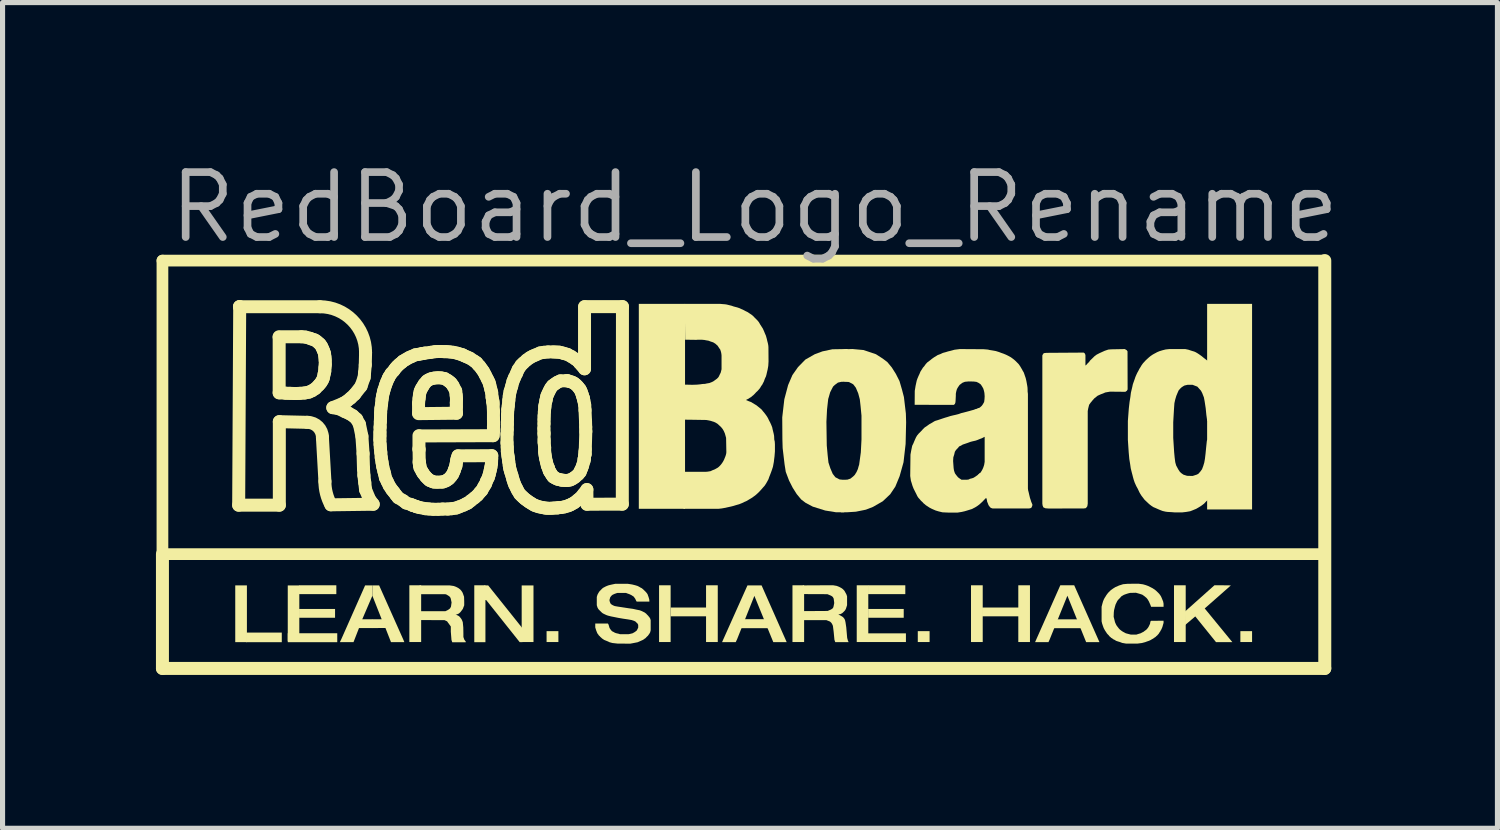
<source format=kicad_pcb>
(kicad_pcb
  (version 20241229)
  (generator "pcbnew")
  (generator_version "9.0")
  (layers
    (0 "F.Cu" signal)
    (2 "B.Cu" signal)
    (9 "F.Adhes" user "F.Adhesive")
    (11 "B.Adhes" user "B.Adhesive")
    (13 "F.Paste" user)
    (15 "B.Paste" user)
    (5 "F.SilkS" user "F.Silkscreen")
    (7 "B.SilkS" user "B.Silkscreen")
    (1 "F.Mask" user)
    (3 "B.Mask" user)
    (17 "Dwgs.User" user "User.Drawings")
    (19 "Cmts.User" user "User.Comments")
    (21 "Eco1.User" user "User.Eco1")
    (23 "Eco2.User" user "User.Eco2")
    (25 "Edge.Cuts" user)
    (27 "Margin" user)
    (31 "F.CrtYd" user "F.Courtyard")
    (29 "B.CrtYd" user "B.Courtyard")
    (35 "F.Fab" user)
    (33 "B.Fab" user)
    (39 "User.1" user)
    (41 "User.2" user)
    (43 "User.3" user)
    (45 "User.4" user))
  (footprint "RedBoard_Logo_Rename"
    (layer "F.Cu")
    (at 11.36 6.023)
    (property "Reference" "RedBoard_Logo_Rename" (at 0.349 -5.017 0) (layer "F.Fab") (effects (font (size 1.27 1.27) (thickness 0.15))))
    (fp_line (start -11.233 -3.976) (end 11.5 -3.976) (stroke (width 0.229) (type solid)) (layer "F.SilkS"))
    (fp_line (start -11.233 1.765) (end -11.233 -3.976) (stroke (width 0.229) (type solid)) (layer "F.SilkS"))
    (fp_line (start -11.233 1.765) (end 11.475 1.765) (stroke (width 0.229) (type solid)) (layer "F.SilkS"))
    (fp_line (start -11.233 4) (end -11.233 1.765) (stroke (width 0.254) (type solid)) (layer "F.SilkS"))
    (fp_line (start -9.742 0.807) (end -8.947 0.807) (stroke (width 0.254) (type solid)) (layer "F.SilkS"))
    (fp_line (start -9.722 -3.076) (end -9.742 0.807) (stroke (width 0.254) (type solid)) (layer "F.SilkS"))
    (fp_line (start -8.95 -2.477) (end -8.95 -1.39) (stroke (width 0.254) (type solid)) (layer "F.SilkS"))
    (fp_line (start -8.95 -1.39) (end -8.82 -1.382) (stroke (width 0.254) (type solid)) (layer "F.SilkS"))
    (fp_line (start -8.947 -0.826) (end -8.401 -0.813) (stroke (width 0.254) (type solid)) (layer "F.SilkS"))
    (fp_line (start -8.947 0.807) (end -8.947 -0.826) (stroke (width 0.254) (type solid)) (layer "F.SilkS"))
    (fp_line (start -8.82 -1.382) (end -8.739 -1.38) (stroke (width 0.254) (type solid)) (layer "F.SilkS"))
    (fp_line (start -8.739 -1.38) (end -8.655 -1.377) (stroke (width 0.254) (type solid)) (layer "F.SilkS"))
    (fp_line (start -8.655 -1.377) (end -8.609 -1.377) (stroke (width 0.254) (type solid)) (layer "F.SilkS"))
    (fp_line (start -8.609 -1.377) (end -8.543 -1.38) (stroke (width 0.254) (type solid)) (layer "F.SilkS"))
    (fp_line (start -8.543 -1.38) (end -8.452 -1.387) (stroke (width 0.254) (type solid)) (layer "F.SilkS"))
    (fp_line (start -8.513 -2.487) (end -8.952 -2.487) (stroke (width 0.254) (type solid)) (layer "F.SilkS"))
    (fp_line (start -8.452 -1.387) (end -8.37 -1.403) (stroke (width 0.254) (type solid)) (layer "F.SilkS"))
    (fp_line (start -8.434 -2.48) (end -8.513 -2.487) (stroke (width 0.254) (type solid)) (layer "F.SilkS"))
    (fp_line (start -8.37 -1.403) (end -8.307 -1.431) (stroke (width 0.254) (type solid)) (layer "F.SilkS"))
    (fp_line (start -8.35 -2.457) (end -8.434 -2.48) (stroke (width 0.254) (type solid)) (layer "F.SilkS"))
    (fp_line (start -8.309 -2.441) (end -8.35 -2.457) (stroke (width 0.254) (type solid)) (layer "F.SilkS"))
    (fp_line (start -8.307 -1.431) (end -8.241 -1.474) (stroke (width 0.254) (type solid)) (layer "F.SilkS"))
    (fp_line (start -8.254 -2.424) (end -8.309 -2.441) (stroke (width 0.254) (type solid)) (layer "F.SilkS"))
    (fp_line (start -8.241 -1.474) (end -8.175 -1.54) (stroke (width 0.254) (type solid)) (layer "F.SilkS"))
    (fp_line (start -8.215 -2.398) (end -8.254 -2.424) (stroke (width 0.254) (type solid)) (layer "F.SilkS"))
    (fp_line (start -8.175 -2.363) (end -8.215 -2.398) (stroke (width 0.254) (type solid)) (layer "F.SilkS"))
    (fp_line (start -8.175 -1.54) (end -8.137 -1.585) (stroke (width 0.254) (type solid)) (layer "F.SilkS"))
    (fp_line (start -8.155 -3.074) (end -9.724 -3.074) (stroke (width 0.254) (type solid)) (layer "F.SilkS"))
    (fp_line (start -8.149 -2.34) (end -8.175 -2.363) (stroke (width 0.254) (type solid)) (layer "F.SilkS"))
    (fp_line (start -8.137 -1.585) (end -8.106 -1.634) (stroke (width 0.254) (type solid)) (layer "F.SilkS"))
    (fp_line (start -8.121 -2.299) (end -8.149 -2.34) (stroke (width 0.254) (type solid)) (layer "F.SilkS"))
    (fp_line (start -8.106 -1.634) (end -8.086 -1.682) (stroke (width 0.254) (type solid)) (layer "F.SilkS"))
    (fp_line (start -8.104 -0.516) (end -8.055 0.342) (stroke (width 0.254) (type solid)) (layer "F.SilkS"))
    (fp_line (start -8.099 -2.251) (end -8.121 -2.299) (stroke (width 0.254) (type solid)) (layer "F.SilkS"))
    (fp_line (start -8.086 -1.682) (end -8.071 -1.758) (stroke (width 0.254) (type solid)) (layer "F.SilkS"))
    (fp_line (start -8.081 -2.208) (end -8.099 -2.251) (stroke (width 0.254) (type solid)) (layer "F.SilkS"))
    (fp_line (start -8.071 -1.758) (end -8.058 -1.814) (stroke (width 0.254) (type solid)) (layer "F.SilkS"))
    (fp_line (start -8.063 -2.157) (end -8.081 -2.208) (stroke (width 0.254) (type solid)) (layer "F.SilkS"))
    (fp_line (start -8.058 -1.814) (end -8.055 -1.883) (stroke (width 0.254) (type solid)) (layer "F.SilkS"))
    (fp_line (start -8.055 -2.091) (end -8.063 -2.157) (stroke (width 0.254) (type solid)) (layer "F.SilkS"))
    (fp_line (start -8.055 -1.883) (end -8.048 -1.946) (stroke (width 0.254) (type solid)) (layer "F.SilkS"))
    (fp_line (start -8.05 -2.027) (end -8.055 -2.091) (stroke (width 0.254) (type solid)) (layer "F.SilkS"))
    (fp_line (start -8.048 -1.946) (end -8.05 -2.027) (stroke (width 0.254) (type solid)) (layer "F.SilkS"))
    (fp_line (start -7.939 0.8) (end -7.111 0.789) (stroke (width 0.254) (type solid)) (layer "F.SilkS"))
    (fp_line (start -7.901 -1.1) (end -7.707 -1.179) (stroke (width 0.254) (type solid)) (layer "F.SilkS"))
    (fp_line (start -7.85 -1.095) (end -7.901 -1.1) (stroke (width 0.254) (type solid)) (layer "F.SilkS"))
    (fp_line (start -7.784 -1.08) (end -7.85 -1.095) (stroke (width 0.254) (type solid)) (layer "F.SilkS"))
    (fp_line (start -7.707 -1.179) (end -7.634 -1.22) (stroke (width 0.254) (type solid)) (layer "F.SilkS"))
    (fp_line (start -7.662 -1.022) (end -7.784 -1.08) (stroke (width 0.254) (type solid)) (layer "F.SilkS"))
    (fp_line (start -7.634 -1.22) (end -7.55 -1.288) (stroke (width 0.254) (type solid)) (layer "F.SilkS"))
    (fp_line (start -7.591 -0.991) (end -7.662 -1.022) (stroke (width 0.254) (type solid)) (layer "F.SilkS"))
    (fp_line (start -7.55 -1.288) (end -7.474 -1.359) (stroke (width 0.254) (type solid)) (layer "F.SilkS"))
    (fp_line (start -7.509 -0.943) (end -7.591 -0.991) (stroke (width 0.254) (type solid)) (layer "F.SilkS"))
    (fp_line (start -7.474 -1.359) (end -7.349 -1.519) (stroke (width 0.254) (type solid)) (layer "F.SilkS"))
    (fp_line (start -7.436 -0.877) (end -7.509 -0.943) (stroke (width 0.254) (type solid)) (layer "F.SilkS"))
    (fp_line (start -7.38 -0.773) (end -7.436 -0.877) (stroke (width 0.254) (type solid)) (layer "F.SilkS"))
    (fp_line (start -7.349 -1.519) (end -7.288 -1.692) (stroke (width 0.254) (type solid)) (layer "F.SilkS"))
    (fp_line (start -7.332 -0.542) (end -7.38 -0.773) (stroke (width 0.254) (type solid)) (layer "F.SilkS"))
    (fp_line (start -7.309 -0.201) (end -7.332 -0.542) (stroke (width 0.254) (type solid)) (layer "F.SilkS"))
    (fp_line (start -7.301 0.091) (end -7.309 -0.201) (stroke (width 0.254) (type solid)) (layer "F.SilkS"))
    (fp_line (start -7.293 0.223) (end -7.301 0.091) (stroke (width 0.254) (type solid)) (layer "F.SilkS"))
    (fp_line (start -7.288 -1.692) (end -7.281 -1.771) (stroke (width 0.254) (type solid)) (layer "F.SilkS"))
    (fp_line (start -7.281 -1.771) (end -7.266 -1.936) (stroke (width 0.254) (type solid)) (layer "F.SilkS"))
    (fp_line (start -7.276 0.365) (end -7.293 0.223) (stroke (width 0.254) (type solid)) (layer "F.SilkS"))
    (fp_line (start -7.266 -1.936) (end -7.26 -2.18) (stroke (width 0.254) (type solid)) (layer "F.SilkS"))
    (fp_line (start -7.26 0.505) (end -7.276 0.365) (stroke (width 0.254) (type solid)) (layer "F.SilkS"))
    (fp_line (start -7.194 0.665) (end -7.26 0.505) (stroke (width 0.254) (type solid)) (layer "F.SilkS"))
    (fp_line (start -7.111 0.789) (end -7.189 0.685) (stroke (width 0.254) (type solid)) (layer "F.SilkS"))
    (fp_line (start -6.981 -0.475) (end -6.976 -0.379) (stroke (width 0.254) (type solid)) (layer "F.SilkS"))
    (fp_line (start -6.979 -0.615) (end -6.979 -0.547) (stroke (width 0.254) (type solid)) (layer "F.SilkS"))
    (fp_line (start -6.979 -0.547) (end -6.981 -0.475) (stroke (width 0.254) (type solid)) (layer "F.SilkS"))
    (fp_line (start -6.976 -0.717) (end -6.979 -0.615) (stroke (width 0.254) (type solid)) (layer "F.SilkS"))
    (fp_line (start -6.976 -0.379) (end -6.971 -0.308) (stroke (width 0.254) (type solid)) (layer "F.SilkS"))
    (fp_line (start -6.971 -0.829) (end -6.976 -0.717) (stroke (width 0.254) (type solid)) (layer "F.SilkS"))
    (fp_line (start -6.971 -0.308) (end -6.963 -0.229) (stroke (width 0.254) (type solid)) (layer "F.SilkS"))
    (fp_line (start -6.968 -0.912) (end -6.971 -0.829) (stroke (width 0.254) (type solid)) (layer "F.SilkS"))
    (fp_line (start -6.966 -1.001) (end -6.968 -0.912) (stroke (width 0.254) (type solid)) (layer "F.SilkS"))
    (fp_line (start -6.963 -0.229) (end -6.953 -0.12) (stroke (width 0.254) (type solid)) (layer "F.SilkS"))
    (fp_line (start -6.961 -1.08) (end -6.966 -1.001) (stroke (width 0.254) (type solid)) (layer "F.SilkS"))
    (fp_line (start -6.953 -0.12) (end -6.938 -0.031) (stroke (width 0.254) (type solid)) (layer "F.SilkS"))
    (fp_line (start -6.948 -1.166) (end -6.961 -1.08) (stroke (width 0.254) (type solid)) (layer "F.SilkS"))
    (fp_line (start -6.938 -1.265) (end -6.948 -1.166) (stroke (width 0.254) (type solid)) (layer "F.SilkS"))
    (fp_line (start -6.938 -0.031) (end -6.925 0.05) (stroke (width 0.254) (type solid)) (layer "F.SilkS"))
    (fp_line (start -6.928 -1.331) (end -6.938 -1.265) (stroke (width 0.254) (type solid)) (layer "F.SilkS"))
    (fp_line (start -6.925 0.05) (end -6.902 0.144) (stroke (width 0.254) (type solid)) (layer "F.SilkS"))
    (fp_line (start -6.91 -1.408) (end -6.928 -1.331) (stroke (width 0.254) (type solid)) (layer "F.SilkS"))
    (fp_line (start -6.902 0.144) (end -6.887 0.198) (stroke (width 0.254) (type solid)) (layer "F.SilkS"))
    (fp_line (start -6.897 -1.456) (end -6.91 -1.408) (stroke (width 0.254) (type solid)) (layer "F.SilkS"))
    (fp_line (start -6.887 0.198) (end -6.872 0.271) (stroke (width 0.254) (type solid)) (layer "F.SilkS"))
    (fp_line (start -6.872 0.271) (end -6.836 0.345) (stroke (width 0.254) (type solid)) (layer "F.SilkS"))
    (fp_line (start -6.869 -1.542) (end -6.897 -1.456) (stroke (width 0.254) (type solid)) (layer "F.SilkS"))
    (fp_line (start -6.846 -1.603) (end -6.869 -1.542) (stroke (width 0.254) (type solid)) (layer "F.SilkS"))
    (fp_line (start -6.836 0.345) (end -6.798 0.424) (stroke (width 0.254) (type solid)) (layer "F.SilkS"))
    (fp_line (start -6.816 -1.672) (end -6.846 -1.603) (stroke (width 0.254) (type solid)) (layer "F.SilkS"))
    (fp_line (start -6.801 -1.702) (end -6.816 -1.672) (stroke (width 0.254) (type solid)) (layer "F.SilkS"))
    (fp_line (start -6.798 0.424) (end -6.747 0.502) (stroke (width 0.254) (type solid)) (layer "F.SilkS"))
    (fp_line (start -6.76 -1.768) (end -6.801 -1.702) (stroke (width 0.254) (type solid)) (layer "F.SilkS"))
    (fp_line (start -6.747 0.502) (end -6.709 0.548) (stroke (width 0.254) (type solid)) (layer "F.SilkS"))
    (fp_line (start -6.709 -1.824) (end -6.76 -1.768) (stroke (width 0.254) (type solid)) (layer "F.SilkS"))
    (fp_line (start -6.709 0.548) (end -6.664 0.609) (stroke (width 0.254) (type solid)) (layer "F.SilkS"))
    (fp_line (start -6.679 -1.867) (end -6.709 -1.824) (stroke (width 0.254) (type solid)) (layer "F.SilkS"))
    (fp_line (start -6.664 0.609) (end -6.623 0.66) (stroke (width 0.254) (type solid)) (layer "F.SilkS"))
    (fp_line (start -6.643 -1.908) (end -6.679 -1.867) (stroke (width 0.254) (type solid)) (layer "F.SilkS"))
    (fp_line (start -6.623 0.66) (end -6.521 0.721) (stroke (width 0.254) (type solid)) (layer "F.SilkS"))
    (fp_line (start -6.6 -1.949) (end -6.643 -1.908) (stroke (width 0.254) (type solid)) (layer "F.SilkS"))
    (fp_line (start -6.549 -1.989) (end -6.6 -1.949) (stroke (width 0.254) (type solid)) (layer "F.SilkS"))
    (fp_line (start -6.529 -2.01) (end -6.549 -1.989) (stroke (width 0.254) (type solid)) (layer "F.SilkS"))
    (fp_line (start -6.521 0.721) (end -6.468 0.764) (stroke (width 0.254) (type solid)) (layer "F.SilkS"))
    (fp_line (start -6.471 -2.043) (end -6.529 -2.01) (stroke (width 0.254) (type solid)) (layer "F.SilkS"))
    (fp_line (start -6.468 0.764) (end -6.364 0.797) (stroke (width 0.254) (type solid)) (layer "F.SilkS"))
    (fp_line (start -6.412 -2.078) (end -6.471 -2.043) (stroke (width 0.254) (type solid)) (layer "F.SilkS"))
    (fp_line (start -6.364 0.797) (end -6.343 0.81) (stroke (width 0.254) (type solid)) (layer "F.SilkS"))
    (fp_line (start -6.359 -2.101) (end -6.412 -2.078) (stroke (width 0.254) (type solid)) (layer "F.SilkS"))
    (fp_line (start -6.343 0.81) (end -6.316 0.817) (stroke (width 0.254) (type solid)) (layer "F.SilkS"))
    (fp_line (start -6.316 0.817) (end -6.27 0.833) (stroke (width 0.254) (type solid)) (layer "F.SilkS"))
    (fp_line (start -6.285 -2.134) (end -6.359 -2.101) (stroke (width 0.254) (type solid)) (layer "F.SilkS"))
    (fp_line (start -6.27 0.833) (end -6.26 0.838) (stroke (width 0.254) (type solid)) (layer "F.SilkS"))
    (fp_line (start -6.26 0.838) (end -6.204 0.853) (stroke (width 0.254) (type solid)) (layer "F.SilkS"))
    (fp_line (start -6.224 -1.189) (end -6.224 -0.999) (stroke (width 0.254) (type solid)) (layer "F.SilkS"))
    (fp_line (start -6.224 -0.983) (end -5.482 -0.991) (stroke (width 0.254) (type solid)) (layer "F.SilkS"))
    (fp_line (start -6.217 -2.144) (end -6.285 -2.134) (stroke (width 0.254) (type solid)) (layer "F.SilkS"))
    (fp_line (start -6.216 -0.298) (end -6.216 -0.552) (stroke (width 0.254) (type solid)) (layer "F.SilkS"))
    (fp_line (start -6.214 -1.281) (end -6.224 -1.189) (stroke (width 0.254) (type solid)) (layer "F.SilkS"))
    (fp_line (start -6.214 -0.275) (end -6.216 -0.298) (stroke (width 0.254) (type solid)) (layer "F.SilkS"))
    (fp_line (start -6.211 -0.021) (end -6.199 0.027) (stroke (width 0.254) (type solid)) (layer "F.SilkS"))
    (fp_line (start -6.211 -0.056) (end -6.214 -0.275) (stroke (width 0.254) (type solid)) (layer "F.SilkS"))
    (fp_line (start -6.206 -1.352) (end -6.214 -1.281) (stroke (width 0.254) (type solid)) (layer "F.SilkS"))
    (fp_line (start -6.206 0.015) (end -6.211 -0.021) (stroke (width 0.254) (type solid)) (layer "F.SilkS"))
    (fp_line (start -6.204 -0.547) (end -4.766 -0.552) (stroke (width 0.254) (type solid)) (layer "F.SilkS"))
    (fp_line (start -6.204 0.853) (end -6.09 0.876) (stroke (width 0.254) (type solid)) (layer "F.SilkS"))
    (fp_line (start -6.199 0.027) (end -6.211 -0.056) (stroke (width 0.254) (type solid)) (layer "F.SilkS"))
    (fp_line (start -6.196 0.073) (end -6.206 0.015) (stroke (width 0.254) (type solid)) (layer "F.SilkS"))
    (fp_line (start -6.191 -1.423) (end -6.206 -1.352) (stroke (width 0.254) (type solid)) (layer "F.SilkS"))
    (fp_line (start -6.168 -1.471) (end -6.191 -1.423) (stroke (width 0.254) (type solid)) (layer "F.SilkS"))
    (fp_line (start -6.156 0.147) (end -6.196 0.073) (stroke (width 0.254) (type solid)) (layer "F.SilkS"))
    (fp_line (start -6.15 -2.159) (end -6.217 -2.144) (stroke (width 0.254) (type solid)) (layer "F.SilkS"))
    (fp_line (start -6.15 -2.157) (end -6.15 -2.159) (stroke (width 0.254) (type solid)) (layer "F.SilkS"))
    (fp_line (start -6.143 -1.512) (end -6.168 -1.471) (stroke (width 0.254) (type solid)) (layer "F.SilkS"))
    (fp_line (start -6.133 0.185) (end -6.156 0.147) (stroke (width 0.254) (type solid)) (layer "F.SilkS"))
    (fp_line (start -6.112 -1.563) (end -6.143 -1.512) (stroke (width 0.254) (type solid)) (layer "F.SilkS"))
    (fp_line (start -6.1 -2.167) (end -6.15 -2.157) (stroke (width 0.254) (type solid)) (layer "F.SilkS"))
    (fp_line (start -6.09 0.876) (end -6.023 0.881) (stroke (width 0.254) (type solid)) (layer "F.SilkS"))
    (fp_line (start -6.082 0.251) (end -6.133 0.185) (stroke (width 0.254) (type solid)) (layer "F.SilkS"))
    (fp_line (start -6.062 -1.621) (end -6.112 -1.563) (stroke (width 0.254) (type solid)) (layer "F.SilkS"))
    (fp_line (start -6.044 0.289) (end -6.082 0.251) (stroke (width 0.254) (type solid)) (layer "F.SilkS"))
    (fp_line (start -6.026 -1.644) (end -6.062 -1.621) (stroke (width 0.254) (type solid)) (layer "F.SilkS"))
    (fp_line (start -6.023 0.881) (end -5.937 0.888) (stroke (width 0.254) (type solid)) (layer "F.SilkS"))
    (fp_line (start -6.011 0.32) (end -6.044 0.289) (stroke (width 0.254) (type solid)) (layer "F.SilkS"))
    (fp_line (start -5.983 -2.182) (end -6.1 -2.167) (stroke (width 0.254) (type solid)) (layer "F.SilkS"))
    (fp_line (start -5.978 0.332) (end -6.011 0.32) (stroke (width 0.254) (type solid)) (layer "F.SilkS"))
    (fp_line (start -5.973 -1.667) (end -6.026 -1.644) (stroke (width 0.254) (type solid)) (layer "F.SilkS"))
    (fp_line (start -5.957 0.342) (end -5.978 0.332) (stroke (width 0.254) (type solid)) (layer "F.SilkS"))
    (fp_line (start -5.937 0.888) (end -5.841 0.888) (stroke (width 0.254) (type solid)) (layer "F.SilkS"))
    (fp_line (start -5.922 0.355) (end -5.957 0.342) (stroke (width 0.254) (type solid)) (layer "F.SilkS"))
    (fp_line (start -5.914 -1.679) (end -5.973 -1.667) (stroke (width 0.254) (type solid)) (layer "F.SilkS"))
    (fp_line (start -5.904 -2.195) (end -5.983 -2.182) (stroke (width 0.254) (type solid)) (layer "F.SilkS"))
    (fp_line (start -5.856 0.358) (end -5.922 0.355) (stroke (width 0.254) (type solid)) (layer "F.SilkS"))
    (fp_line (start -5.848 -1.685) (end -5.914 -1.679) (stroke (width 0.254) (type solid)) (layer "F.SilkS"))
    (fp_line (start -5.841 -2.198) (end -5.904 -2.195) (stroke (width 0.254) (type solid)) (layer "F.SilkS"))
    (fp_line (start -5.841 0.888) (end -5.754 0.883) (stroke (width 0.254) (type solid)) (layer "F.SilkS"))
    (fp_line (start -5.782 -1.682) (end -5.848 -1.685) (stroke (width 0.254) (type solid)) (layer "F.SilkS"))
    (fp_line (start -5.782 0.355) (end -5.856 0.358) (stroke (width 0.254) (type solid)) (layer "F.SilkS"))
    (fp_line (start -5.777 -2.198) (end -5.841 -2.198) (stroke (width 0.254) (type solid)) (layer "F.SilkS"))
    (fp_line (start -5.754 0.883) (end -5.653 0.883) (stroke (width 0.254) (type solid)) (layer "F.SilkS"))
    (fp_line (start -5.747 0.353) (end -5.782 0.355) (stroke (width 0.254) (type solid)) (layer "F.SilkS"))
    (fp_line (start -5.716 -2.195) (end -5.777 -2.198) (stroke (width 0.254) (type solid)) (layer "F.SilkS"))
    (fp_line (start -5.714 -1.669) (end -5.782 -1.682) (stroke (width 0.254) (type solid)) (layer "F.SilkS"))
    (fp_line (start -5.691 0.332) (end -5.747 0.353) (stroke (width 0.254) (type solid)) (layer "F.SilkS"))
    (fp_line (start -5.675 -2.195) (end -5.716 -2.195) (stroke (width 0.254) (type solid)) (layer "F.SilkS"))
    (fp_line (start -5.66 0.312) (end -5.691 0.332) (stroke (width 0.254) (type solid)) (layer "F.SilkS"))
    (fp_line (start -5.655 -1.634) (end -5.714 -1.669) (stroke (width 0.254) (type solid)) (layer "F.SilkS"))
    (fp_line (start -5.653 0.883) (end -5.576 0.876) (stroke (width 0.254) (type solid)) (layer "F.SilkS"))
    (fp_line (start -5.627 0.289) (end -5.66 0.312) (stroke (width 0.254) (type solid)) (layer "F.SilkS"))
    (fp_line (start -5.62 -1.608) (end -5.655 -1.634) (stroke (width 0.254) (type solid)) (layer "F.SilkS"))
    (fp_line (start -5.612 -2.19) (end -5.675 -2.195) (stroke (width 0.254) (type solid)) (layer "F.SilkS"))
    (fp_line (start -5.589 0.246) (end -5.627 0.289) (stroke (width 0.254) (type solid)) (layer "F.SilkS"))
    (fp_line (start -5.587 -1.58) (end -5.62 -1.608) (stroke (width 0.254) (type solid)) (layer "F.SilkS"))
    (fp_line (start -5.576 0.876) (end -5.49 0.863) (stroke (width 0.254) (type solid)) (layer "F.SilkS"))
    (fp_line (start -5.556 0.2) (end -5.589 0.246) (stroke (width 0.254) (type solid)) (layer "F.SilkS"))
    (fp_line (start -5.551 -1.53) (end -5.587 -1.58) (stroke (width 0.254) (type solid)) (layer "F.SilkS"))
    (fp_line (start -5.543 -2.182) (end -5.612 -2.19) (stroke (width 0.254) (type solid)) (layer "F.SilkS"))
    (fp_line (start -5.531 0.142) (end -5.556 0.2) (stroke (width 0.254) (type solid)) (layer "F.SilkS"))
    (fp_line (start -5.521 0.111) (end -5.531 0.142) (stroke (width 0.254) (type solid)) (layer "F.SilkS"))
    (fp_line (start -5.498 -1.428) (end -5.551 -1.53) (stroke (width 0.254) (type solid)) (layer "F.SilkS"))
    (fp_line (start -5.495 0.045) (end -5.521 0.111) (stroke (width 0.254) (type solid)) (layer "F.SilkS"))
    (fp_line (start -5.49 0.007) (end -5.495 0.045) (stroke (width 0.254) (type solid)) (layer "F.SilkS"))
    (fp_line (start -5.49 0.863) (end -5.429 0.84) (stroke (width 0.254) (type solid)) (layer "F.SilkS"))
    (fp_line (start -5.488 -1.344) (end -5.498 -1.428) (stroke (width 0.254) (type solid)) (layer "F.SilkS"))
    (fp_line (start -5.485 -1.197) (end -5.482 -1.273) (stroke (width 0.254) (type solid)) (layer "F.SilkS"))
    (fp_line (start -5.485 -1.123) (end -5.485 -1.197) (stroke (width 0.254) (type solid)) (layer "F.SilkS"))
    (fp_line (start -5.482 -1.273) (end -5.488 -1.344) (stroke (width 0.254) (type solid)) (layer "F.SilkS"))
    (fp_line (start -5.482 -0.991) (end -5.485 -1.123) (stroke (width 0.254) (type solid)) (layer "F.SilkS"))
    (fp_line (start -5.48 -0.056) (end -5.49 0.007) (stroke (width 0.254) (type solid)) (layer "F.SilkS"))
    (fp_line (start -5.47 -0.102) (end -5.48 -0.056) (stroke (width 0.254) (type solid)) (layer "F.SilkS"))
    (fp_line (start -5.467 -2.165) (end -5.543 -2.182) (stroke (width 0.254) (type solid)) (layer "F.SilkS"))
    (fp_line (start -5.452 -0.158) (end -5.47 -0.102) (stroke (width 0.254) (type solid)) (layer "F.SilkS"))
    (fp_line (start -5.429 0.84) (end -5.34 0.805) (stroke (width 0.254) (type solid)) (layer "F.SilkS"))
    (fp_line (start -5.409 -2.147) (end -5.467 -2.165) (stroke (width 0.254) (type solid)) (layer "F.SilkS"))
    (fp_line (start -5.363 -2.134) (end -5.409 -2.147) (stroke (width 0.254) (type solid)) (layer "F.SilkS"))
    (fp_line (start -5.34 0.805) (end -5.292 0.779) (stroke (width 0.254) (type solid)) (layer "F.SilkS"))
    (fp_line (start -5.333 -2.116) (end -5.363 -2.134) (stroke (width 0.254) (type solid)) (layer "F.SilkS"))
    (fp_line (start -5.292 0.779) (end -5.261 0.767) (stroke (width 0.254) (type solid)) (layer "F.SilkS"))
    (fp_line (start -5.279 -2.093) (end -5.333 -2.116) (stroke (width 0.254) (type solid)) (layer "F.SilkS"))
    (fp_line (start -5.261 0.767) (end -5.203 0.721) (stroke (width 0.254) (type solid)) (layer "F.SilkS"))
    (fp_line (start -5.221 -2.068) (end -5.279 -2.093) (stroke (width 0.254) (type solid)) (layer "F.SilkS"))
    (fp_line (start -5.203 0.721) (end -5.127 0.662) (stroke (width 0.254) (type solid)) (layer "F.SilkS"))
    (fp_line (start -5.132 -2.01) (end -5.221 -2.068) (stroke (width 0.254) (type solid)) (layer "F.SilkS"))
    (fp_line (start -5.127 0.662) (end -5.071 0.614) (stroke (width 0.254) (type solid)) (layer "F.SilkS"))
    (fp_line (start -5.094 -1.982) (end -5.132 -2.01) (stroke (width 0.254) (type solid)) (layer "F.SilkS"))
    (fp_line (start -5.084 -1.974) (end -5.094 -1.982) (stroke (width 0.254) (type solid)) (layer "F.SilkS"))
    (fp_line (start -5.071 0.614) (end -5.023 0.556) (stroke (width 0.254) (type solid)) (layer "F.SilkS"))
    (fp_line (start -5.056 -1.936) (end -5.084 -1.974) (stroke (width 0.254) (type solid)) (layer "F.SilkS"))
    (fp_line (start -5.03 -1.913) (end -5.056 -1.936) (stroke (width 0.254) (type solid)) (layer "F.SilkS"))
    (fp_line (start -5.023 0.556) (end -4.987 0.518) (stroke (width 0.254) (type solid)) (layer "F.SilkS"))
    (fp_line (start -4.992 -1.86) (end -5.03 -1.913) (stroke (width 0.254) (type solid)) (layer "F.SilkS"))
    (fp_line (start -4.987 0.518) (end -4.947 0.444) (stroke (width 0.254) (type solid)) (layer "F.SilkS"))
    (fp_line (start -4.957 -1.812) (end -4.992 -1.86) (stroke (width 0.254) (type solid)) (layer "F.SilkS"))
    (fp_line (start -4.947 0.444) (end -4.916 0.396) (stroke (width 0.254) (type solid)) (layer "F.SilkS"))
    (fp_line (start -4.921 -1.745) (end -4.957 -1.812) (stroke (width 0.254) (type solid)) (layer "F.SilkS"))
    (fp_line (start -4.916 0.396) (end -4.896 0.34) (stroke (width 0.254) (type solid)) (layer "F.SilkS"))
    (fp_line (start -4.896 0.34) (end -4.86 0.266) (stroke (width 0.254) (type solid)) (layer "F.SilkS"))
    (fp_line (start -4.88 -1.664) (end -4.921 -1.745) (stroke (width 0.254) (type solid)) (layer "F.SilkS"))
    (fp_line (start -4.86 0.266) (end -4.84 0.2) (stroke (width 0.254) (type solid)) (layer "F.SilkS"))
    (fp_line (start -4.847 -1.598) (end -4.88 -1.664) (stroke (width 0.254) (type solid)) (layer "F.SilkS"))
    (fp_line (start -4.84 0.2) (end -4.822 0.124) (stroke (width 0.254) (type solid)) (layer "F.SilkS"))
    (fp_line (start -4.832 -1.547) (end -4.847 -1.598) (stroke (width 0.254) (type solid)) (layer "F.SilkS"))
    (fp_line (start -4.822 0.124) (end -4.809 0.063) (stroke (width 0.254) (type solid)) (layer "F.SilkS"))
    (fp_line (start -4.812 -1.464) (end -4.832 -1.547) (stroke (width 0.254) (type solid)) (layer "F.SilkS"))
    (fp_line (start -4.809 0.063) (end -4.797 -0.013) (stroke (width 0.254) (type solid)) (layer "F.SilkS"))
    (fp_line (start -4.797 -0.013) (end -4.794 -0.102) (stroke (width 0.254) (type solid)) (layer "F.SilkS"))
    (fp_line (start -4.794 -1.397) (end -4.812 -1.464) (stroke (width 0.254) (type solid)) (layer "F.SilkS"))
    (fp_line (start -4.794 -0.102) (end -4.792 -0.161) (stroke (width 0.254) (type solid)) (layer "F.SilkS"))
    (fp_line (start -4.792 -0.161) (end -5.452 -0.158) (stroke (width 0.254) (type solid)) (layer "F.SilkS"))
    (fp_line (start -4.786 -1.304) (end -4.794 -1.397) (stroke (width 0.254) (type solid)) (layer "F.SilkS"))
    (fp_line (start -4.776 -1.232) (end -4.771 -1.23) (stroke (width 0.254) (type solid)) (layer "F.SilkS"))
    (fp_line (start -4.771 -1.23) (end -4.786 -1.304) (stroke (width 0.254) (type solid)) (layer "F.SilkS"))
    (fp_line (start -4.766 -0.552) (end -4.759 -0.633) (stroke (width 0.254) (type solid)) (layer "F.SilkS"))
    (fp_line (start -4.766 -1.177) (end -4.776 -1.232) (stroke (width 0.254) (type solid)) (layer "F.SilkS"))
    (fp_line (start -4.759 -1.027) (end -4.766 -1.177) (stroke (width 0.254) (type solid)) (layer "F.SilkS"))
    (fp_line (start -4.759 -0.874) (end -4.759 -1.027) (stroke (width 0.254) (type solid)) (layer "F.SilkS"))
    (fp_line (start -4.759 -0.732) (end -4.756 -0.818) (stroke (width 0.254) (type solid)) (layer "F.SilkS"))
    (fp_line (start -4.759 -0.633) (end -4.759 -0.732) (stroke (width 0.254) (type solid)) (layer "F.SilkS"))
    (fp_line (start -4.756 -0.818) (end -4.759 -0.874) (stroke (width 0.254) (type solid)) (layer "F.SilkS"))
    (fp_line (start -4.494 -0.585) (end -4.489 -0.674) (stroke (width 0.254) (type solid)) (layer "F.SilkS"))
    (fp_line (start -4.494 -0.412) (end -4.494 -0.585) (stroke (width 0.254) (type solid)) (layer "F.SilkS"))
    (fp_line (start -4.489 -0.674) (end -4.487 -0.775) (stroke (width 0.254) (type solid)) (layer "F.SilkS"))
    (fp_line (start -4.489 -0.326) (end -4.494 -0.412) (stroke (width 0.254) (type solid)) (layer "F.SilkS"))
    (fp_line (start -4.487 -0.775) (end -4.484 -0.889) (stroke (width 0.254) (type solid)) (layer "F.SilkS"))
    (fp_line (start -4.487 -0.242) (end -4.489 -0.326) (stroke (width 0.254) (type solid)) (layer "F.SilkS"))
    (fp_line (start -4.484 -0.956) (end -4.479 -1.062) (stroke (width 0.254) (type solid)) (layer "F.SilkS"))
    (fp_line (start -4.484 -0.889) (end -4.484 -0.956) (stroke (width 0.254) (type solid)) (layer "F.SilkS"))
    (fp_line (start -4.479 -1.062) (end -4.469 -1.136) (stroke (width 0.254) (type solid)) (layer "F.SilkS"))
    (fp_line (start -4.477 -0.168) (end -4.487 -0.242) (stroke (width 0.254) (type solid)) (layer "F.SilkS"))
    (fp_line (start -4.469 -1.136) (end -4.459 -1.243) (stroke (width 0.254) (type solid)) (layer "F.SilkS"))
    (fp_line (start -4.469 -0.117) (end -4.477 -0.168) (stroke (width 0.254) (type solid)) (layer "F.SilkS"))
    (fp_line (start -4.461 -0.051) (end -4.469 -0.117) (stroke (width 0.254) (type solid)) (layer "F.SilkS"))
    (fp_line (start -4.459 -1.243) (end -4.449 -1.331) (stroke (width 0.254) (type solid)) (layer "F.SilkS"))
    (fp_line (start -4.449 0.035) (end -4.461 -0.051) (stroke (width 0.254) (type solid)) (layer "F.SilkS"))
    (fp_line (start -4.449 -1.331) (end -4.433 -1.42) (stroke (width 0.254) (type solid)) (layer "F.SilkS"))
    (fp_line (start -4.439 0.093) (end -4.449 0.035) (stroke (width 0.254) (type solid)) (layer "F.SilkS"))
    (fp_line (start -4.433 -1.42) (end -4.403 -1.517) (stroke (width 0.254) (type solid)) (layer "F.SilkS"))
    (fp_line (start -4.421 0.157) (end -4.439 0.093) (stroke (width 0.254) (type solid)) (layer "F.SilkS"))
    (fp_line (start -4.403 -1.517) (end -4.378 -1.613) (stroke (width 0.254) (type solid)) (layer "F.SilkS"))
    (fp_line (start -4.398 0.228) (end -4.421 0.157) (stroke (width 0.254) (type solid)) (layer "F.SilkS"))
    (fp_line (start -4.38 0.297) (end -4.398 0.228) (stroke (width 0.254) (type solid)) (layer "F.SilkS"))
    (fp_line (start -4.378 -1.613) (end -4.35 -1.682) (stroke (width 0.254) (type solid)) (layer "F.SilkS"))
    (fp_line (start -4.36 0.358) (end -4.38 0.297) (stroke (width 0.254) (type solid)) (layer "F.SilkS"))
    (fp_line (start -4.35 -1.682) (end -4.306 -1.773) (stroke (width 0.254) (type solid)) (layer "F.SilkS"))
    (fp_line (start -4.342 0.408) (end -4.36 0.358) (stroke (width 0.254) (type solid)) (layer "F.SilkS"))
    (fp_line (start -4.311 0.469) (end -4.342 0.408) (stroke (width 0.254) (type solid)) (layer "F.SilkS"))
    (fp_line (start -4.306 -1.773) (end -4.276 -1.845) (stroke (width 0.254) (type solid)) (layer "F.SilkS"))
    (fp_line (start -4.286 0.52) (end -4.311 0.469) (stroke (width 0.254) (type solid)) (layer "F.SilkS"))
    (fp_line (start -4.276 -1.845) (end -4.218 -1.931) (stroke (width 0.254) (type solid)) (layer "F.SilkS"))
    (fp_line (start -4.243 0.591) (end -4.286 0.52) (stroke (width 0.254) (type solid)) (layer "F.SilkS"))
    (fp_line (start -4.218 -1.931) (end -4.174 -1.974) (stroke (width 0.254) (type solid)) (layer "F.SilkS"))
    (fp_line (start -4.207 0.627) (end -4.243 0.591) (stroke (width 0.254) (type solid)) (layer "F.SilkS"))
    (fp_line (start -4.177 0.655) (end -4.207 0.627) (stroke (width 0.254) (type solid)) (layer "F.SilkS"))
    (fp_line (start -4.174 -1.974) (end -4.108 -2.033) (stroke (width 0.254) (type solid)) (layer "F.SilkS"))
    (fp_line (start -4.144 0.685) (end -4.177 0.655) (stroke (width 0.254) (type solid)) (layer "F.SilkS"))
    (fp_line (start -4.108 -2.033) (end -4.045 -2.078) (stroke (width 0.254) (type solid)) (layer "F.SilkS"))
    (fp_line (start -4.101 0.716) (end -4.144 0.685) (stroke (width 0.254) (type solid)) (layer "F.SilkS"))
    (fp_line (start -4.06 0.746) (end -4.101 0.716) (stroke (width 0.254) (type solid)) (layer "F.SilkS"))
    (fp_line (start -4.045 -2.078) (end -3.989 -2.109) (stroke (width 0.254) (type solid)) (layer "F.SilkS"))
    (fp_line (start -4.014 0.774) (end -4.06 0.746) (stroke (width 0.254) (type solid)) (layer "F.SilkS"))
    (fp_line (start -3.989 -2.109) (end -3.933 -2.132) (stroke (width 0.254) (type solid)) (layer "F.SilkS"))
    (fp_line (start -3.964 0.805) (end -4.014 0.774) (stroke (width 0.254) (type solid)) (layer "F.SilkS"))
    (fp_line (start -3.933 -2.132) (end -3.847 -2.17) (stroke (width 0.254) (type solid)) (layer "F.SilkS"))
    (fp_line (start -3.925 0.82) (end -3.964 0.805) (stroke (width 0.254) (type solid)) (layer "F.SilkS"))
    (fp_line (start -3.87 0.838) (end -3.925 0.82) (stroke (width 0.254) (type solid)) (layer "F.SilkS"))
    (fp_line (start -3.847 -2.17) (end -3.773 -2.182) (stroke (width 0.254) (type solid)) (layer "F.SilkS"))
    (fp_line (start -3.804 0.853) (end -3.87 0.838) (stroke (width 0.254) (type solid)) (layer "F.SilkS"))
    (fp_line (start -3.773 -2.182) (end -3.689 -2.19) (stroke (width 0.254) (type solid)) (layer "F.SilkS"))
    (fp_line (start -3.773 -0.691) (end -3.77 -0.615) (stroke (width 0.254) (type solid)) (layer "F.SilkS"))
    (fp_line (start -3.77 -0.79) (end -3.773 -0.691) (stroke (width 0.254) (type solid)) (layer "F.SilkS"))
    (fp_line (start -3.77 -0.869) (end -3.77 -0.79) (stroke (width 0.254) (type solid)) (layer "F.SilkS"))
    (fp_line (start -3.77 -0.58) (end -3.768 -0.473) (stroke (width 0.254) (type solid)) (layer "F.SilkS"))
    (fp_line (start -3.77 -0.615) (end -3.77 -0.58) (stroke (width 0.254) (type solid)) (layer "F.SilkS"))
    (fp_line (start -3.768 -0.938) (end -3.77 -0.869) (stroke (width 0.254) (type solid)) (layer "F.SilkS"))
    (fp_line (start -3.768 -0.42) (end -3.758 -0.321) (stroke (width 0.254) (type solid)) (layer "F.SilkS"))
    (fp_line (start -3.768 -0.473) (end -3.768 -0.42) (stroke (width 0.254) (type solid)) (layer "F.SilkS"))
    (fp_line (start -3.763 -1.022) (end -3.768 -0.938) (stroke (width 0.254) (type solid)) (layer "F.SilkS"))
    (fp_line (start -3.758 -0.321) (end -3.758 -0.237) (stroke (width 0.254) (type solid)) (layer "F.SilkS"))
    (fp_line (start -3.758 -0.237) (end -3.75 -0.178) (stroke (width 0.254) (type solid)) (layer "F.SilkS"))
    (fp_line (start -3.755 -1.103) (end -3.763 -1.022) (stroke (width 0.254) (type solid)) (layer "F.SilkS"))
    (fp_line (start -3.753 -1.138) (end -3.755 -1.103) (stroke (width 0.254) (type solid)) (layer "F.SilkS"))
    (fp_line (start -3.75 -0.178) (end -3.74 -0.112) (stroke (width 0.254) (type solid)) (layer "F.SilkS"))
    (fp_line (start -3.748 0.863) (end -3.804 0.853) (stroke (width 0.254) (type solid)) (layer "F.SilkS"))
    (fp_line (start -3.74 -0.112) (end -3.722 -0.036) (stroke (width 0.254) (type solid)) (layer "F.SilkS"))
    (fp_line (start -3.735 -1.227) (end -3.753 -1.138) (stroke (width 0.254) (type solid)) (layer "F.SilkS"))
    (fp_line (start -3.727 -1.265) (end -3.735 -1.227) (stroke (width 0.254) (type solid)) (layer "F.SilkS"))
    (fp_line (start -3.722 -0.036) (end -3.704 0.038) (stroke (width 0.254) (type solid)) (layer "F.SilkS"))
    (fp_line (start -3.715 -1.324) (end -3.727 -1.265) (stroke (width 0.254) (type solid)) (layer "F.SilkS"))
    (fp_line (start -3.704 0.038) (end -3.684 0.078) (stroke (width 0.254) (type solid)) (layer "F.SilkS"))
    (fp_line (start -3.699 0.868) (end -3.748 0.863) (stroke (width 0.254) (type solid)) (layer "F.SilkS"))
    (fp_line (start -3.692 -1.377) (end -3.715 -1.324) (stroke (width 0.254) (type solid)) (layer "F.SilkS"))
    (fp_line (start -3.689 -2.19) (end -3.59 -2.19) (stroke (width 0.254) (type solid)) (layer "F.SilkS"))
    (fp_line (start -3.684 0.078) (end -3.669 0.132) (stroke (width 0.254) (type solid)) (layer "F.SilkS"))
    (fp_line (start -3.669 0.132) (end -3.654 0.157) (stroke (width 0.254) (type solid)) (layer "F.SilkS"))
    (fp_line (start -3.666 -1.431) (end -3.692 -1.377) (stroke (width 0.254) (type solid)) (layer "F.SilkS"))
    (fp_line (start -3.654 0.157) (end -3.633 0.19) (stroke (width 0.254) (type solid)) (layer "F.SilkS"))
    (fp_line (start -3.638 -1.484) (end -3.666 -1.431) (stroke (width 0.254) (type solid)) (layer "F.SilkS"))
    (fp_line (start -3.633 0.19) (end -3.613 0.223) (stroke (width 0.254) (type solid)) (layer "F.SilkS"))
    (fp_line (start -3.628 0.868) (end -3.699 0.868) (stroke (width 0.254) (type solid)) (layer "F.SilkS"))
    (fp_line (start -3.613 0.223) (end -3.59 0.254) (stroke (width 0.254) (type solid)) (layer "F.SilkS"))
    (fp_line (start -3.603 -1.53) (end -3.638 -1.484) (stroke (width 0.254) (type solid)) (layer "F.SilkS"))
    (fp_line (start -3.59 -2.19) (end -3.529 -2.187) (stroke (width 0.254) (type solid)) (layer "F.SilkS"))
    (fp_line (start -3.59 0.254) (end -3.57 0.264) (stroke (width 0.254) (type solid)) (layer "F.SilkS"))
    (fp_line (start -3.572 0.863) (end -3.628 0.868) (stroke (width 0.254) (type solid)) (layer "F.SilkS"))
    (fp_line (start -3.57 0.264) (end -3.542 0.281) (stroke (width 0.254) (type solid)) (layer "F.SilkS"))
    (fp_line (start -3.555 -1.565) (end -3.603 -1.53) (stroke (width 0.254) (type solid)) (layer "F.SilkS"))
    (fp_line (start -3.542 0.281) (end -3.504 0.299) (stroke (width 0.254) (type solid)) (layer "F.SilkS"))
    (fp_line (start -3.529 -2.187) (end -3.473 -2.185) (stroke (width 0.254) (type solid)) (layer "F.SilkS"))
    (fp_line (start -3.509 -1.596) (end -3.555 -1.565) (stroke (width 0.254) (type solid)) (layer "F.SilkS"))
    (fp_line (start -3.509 0.861) (end -3.572 0.863) (stroke (width 0.254) (type solid)) (layer "F.SilkS"))
    (fp_line (start -3.504 0.299) (end -3.468 0.307) (stroke (width 0.254) (type solid)) (layer "F.SilkS"))
    (fp_line (start -3.486 0.855) (end -3.509 0.861) (stroke (width 0.254) (type solid)) (layer "F.SilkS"))
    (fp_line (start -3.473 -2.185) (end -3.412 -2.17) (stroke (width 0.254) (type solid)) (layer "F.SilkS"))
    (fp_line (start -3.468 0.307) (end -3.43 0.317) (stroke (width 0.254) (type solid)) (layer "F.SilkS"))
    (fp_line (start -3.45 -1.624) (end -3.509 -1.596) (stroke (width 0.254) (type solid)) (layer "F.SilkS"))
    (fp_line (start -3.438 0.853) (end -3.486 0.855) (stroke (width 0.254) (type solid)) (layer "F.SilkS"))
    (fp_line (start -3.43 0.317) (end -3.397 0.32) (stroke (width 0.254) (type solid)) (layer "F.SilkS"))
    (fp_line (start -3.412 -2.17) (end -3.369 -2.157) (stroke (width 0.254) (type solid)) (layer "F.SilkS"))
    (fp_line (start -3.397 0.32) (end -3.339 0.325) (stroke (width 0.254) (type solid)) (layer "F.SilkS"))
    (fp_line (start -3.369 -2.157) (end -3.313 -2.142) (stroke (width 0.254) (type solid)) (layer "F.SilkS"))
    (fp_line (start -3.369 0.84) (end -3.438 0.853) (stroke (width 0.254) (type solid)) (layer "F.SilkS"))
    (fp_line (start -3.351 -1.626) (end -3.45 -1.624) (stroke (width 0.254) (type solid)) (layer "F.SilkS"))
    (fp_line (start -3.339 0.325) (end -3.303 0.322) (stroke (width 0.254) (type solid)) (layer "F.SilkS"))
    (fp_line (start -3.313 -2.142) (end -3.237 -2.101) (stroke (width 0.254) (type solid)) (layer "F.SilkS"))
    (fp_line (start -3.311 -1.629) (end -3.339 -1.626) (stroke (width 0.254) (type solid)) (layer "F.SilkS"))
    (fp_line (start -3.303 0.322) (end -3.252 0.312) (stroke (width 0.254) (type solid)) (layer "F.SilkS"))
    (fp_line (start -3.303 0.82) (end -3.369 0.84) (stroke (width 0.254) (type solid)) (layer "F.SilkS"))
    (fp_line (start -3.27 -1.611) (end -3.311 -1.629) (stroke (width 0.254) (type solid)) (layer "F.SilkS"))
    (fp_line (start -3.265 0.805) (end -3.303 0.82) (stroke (width 0.254) (type solid)) (layer "F.SilkS"))
    (fp_line (start -3.252 0.312) (end -3.209 0.289) (stroke (width 0.254) (type solid)) (layer "F.SilkS"))
    (fp_line (start -3.237 -2.101) (end -3.158 -2.05) (stroke (width 0.254) (type solid)) (layer "F.SilkS"))
    (fp_line (start -3.235 -1.603) (end -3.27 -1.611) (stroke (width 0.254) (type solid)) (layer "F.SilkS"))
    (fp_line (start -3.229 0.787) (end -3.265 0.805) (stroke (width 0.254) (type solid)) (layer "F.SilkS"))
    (fp_line (start -3.209 0.289) (end -3.163 0.259) (stroke (width 0.254) (type solid)) (layer "F.SilkS"))
    (fp_line (start -3.199 -1.588) (end -3.235 -1.603) (stroke (width 0.254) (type solid)) (layer "F.SilkS"))
    (fp_line (start -3.174 0.756) (end -3.229 0.787) (stroke (width 0.254) (type solid)) (layer "F.SilkS"))
    (fp_line (start -3.171 -1.57) (end -3.199 -1.588) (stroke (width 0.254) (type solid)) (layer "F.SilkS"))
    (fp_line (start -3.163 0.259) (end -3.102 0.205) (stroke (width 0.254) (type solid)) (layer "F.SilkS"))
    (fp_line (start -3.158 -2.05) (end -3.102 -2.01) (stroke (width 0.254) (type solid)) (layer "F.SilkS"))
    (fp_line (start -3.141 -1.545) (end -3.171 -1.57) (stroke (width 0.254) (type solid)) (layer "F.SilkS"))
    (fp_line (start -3.11 -1.514) (end -3.141 -1.545) (stroke (width 0.254) (type solid)) (layer "F.SilkS"))
    (fp_line (start -3.108 0.703) (end -3.174 0.756) (stroke (width 0.254) (type solid)) (layer "F.SilkS"))
    (fp_line (start -3.102 -2.01) (end -3.075 -1.974) (stroke (width 0.254) (type solid)) (layer "F.SilkS"))
    (fp_line (start -3.102 0.205) (end -3.064 0.16) (stroke (width 0.254) (type solid)) (layer "F.SilkS"))
    (fp_line (start -3.08 -1.474) (end -3.11 -1.514) (stroke (width 0.254) (type solid)) (layer "F.SilkS"))
    (fp_line (start -3.075 -1.974) (end -3.031 -1.926) (stroke (width 0.254) (type solid)) (layer "F.SilkS"))
    (fp_line (start -3.064 0.16) (end -3.059 0.134) (stroke (width 0.254) (type solid)) (layer "F.SilkS"))
    (fp_line (start -3.064 -1.456) (end -3.08 -1.474) (stroke (width 0.254) (type solid)) (layer "F.SilkS"))
    (fp_line (start -3.064 0.668) (end -3.108 0.703) (stroke (width 0.254) (type solid)) (layer "F.SilkS"))
    (fp_line (start -3.059 0.134) (end -3.034 0.086) (stroke (width 0.254) (type solid)) (layer "F.SilkS"))
    (fp_line (start -3.044 -1.413) (end -3.064 -1.456) (stroke (width 0.254) (type solid)) (layer "F.SilkS"))
    (fp_line (start -3.034 0.086) (end -3.016 0.035) (stroke (width 0.254) (type solid)) (layer "F.SilkS"))
    (fp_line (start -3.031 -1.926) (end -2.978 -1.86) (stroke (width 0.254) (type solid)) (layer "F.SilkS"))
    (fp_line (start -3.024 -1.357) (end -3.044 -1.413) (stroke (width 0.254) (type solid)) (layer "F.SilkS"))
    (fp_line (start -3.016 0.035) (end -2.988 -0.059) (stroke (width 0.254) (type solid)) (layer "F.SilkS"))
    (fp_line (start -3.008 -1.304) (end -3.024 -1.357) (stroke (width 0.254) (type solid)) (layer "F.SilkS"))
    (fp_line (start -3.001 -1.286) (end -3.008 -1.304) (stroke (width 0.254) (type solid)) (layer "F.SilkS"))
    (fp_line (start -2.998 0.591) (end -3.064 0.668) (stroke (width 0.254) (type solid)) (layer "F.SilkS"))
    (fp_line (start -2.993 -1.245) (end -3.001 -1.286) (stroke (width 0.254) (type solid)) (layer "F.SilkS"))
    (fp_line (start -2.988 -0.059) (end -2.986 -0.097) (stroke (width 0.254) (type solid)) (layer "F.SilkS"))
    (fp_line (start -2.986 -0.097) (end -2.981 -0.105) (stroke (width 0.254) (type solid)) (layer "F.SilkS"))
    (fp_line (start -2.981 -0.105) (end -2.978 -0.153) (stroke (width 0.254) (type solid)) (layer "F.SilkS"))
    (fp_line (start -2.978 -1.86) (end -2.978 -3.074) (stroke (width 0.254) (type solid)) (layer "F.SilkS"))
    (fp_line (start -2.978 -0.153) (end -2.965 -0.191) (stroke (width 0.254) (type solid)) (layer "F.SilkS"))
    (fp_line (start -2.975 -1.156) (end -2.993 -1.245) (stroke (width 0.254) (type solid)) (layer "F.SilkS"))
    (fp_line (start -2.973 -3.076) (end -2.236 -3.076) (stroke (width 0.254) (type solid)) (layer "F.SilkS"))
    (fp_line (start -2.97 -0.232) (end -2.963 -0.282) (stroke (width 0.254) (type solid)) (layer "F.SilkS"))
    (fp_line (start -2.968 -1.052) (end -2.975 -1.156) (stroke (width 0.254) (type solid)) (layer "F.SilkS"))
    (fp_line (start -2.965 -0.191) (end -2.97 -0.232) (stroke (width 0.254) (type solid)) (layer "F.SilkS"))
    (fp_line (start -2.963 -0.282) (end -2.953 -0.635) (stroke (width 0.254) (type solid)) (layer "F.SilkS"))
    (fp_line (start -2.958 -0.826) (end -2.968 -1.052) (stroke (width 0.254) (type solid)) (layer "F.SilkS"))
    (fp_line (start -2.955 -0.722) (end -2.958 -0.826) (stroke (width 0.254) (type solid)) (layer "F.SilkS"))
    (fp_line (start -2.953 -0.635) (end -2.955 -0.722) (stroke (width 0.254) (type solid)) (layer "F.SilkS"))
    (fp_line (start -2.932 0.502) (end -2.998 0.591) (stroke (width 0.254) (type solid)) (layer "F.SilkS"))
    (fp_line (start -2.93 0.789) (end -2.932 0.502) (stroke (width 0.254) (type solid)) (layer "F.SilkS"))
    (fp_line (start -2.239 0.787) (end -2.93 0.789) (stroke (width 0.254) (type solid)) (layer "F.SilkS"))
    (fp_line (start -2.236 -3.076) (end -2.239 0.787) (stroke (width 0.254) (type solid)) (layer "F.SilkS"))
    (fp_line (start 11.5 -3.976) (end 11.5 4) (stroke (width 0.254) (type solid)) (layer "F.SilkS"))
    (fp_line (start 11.5 4) (end -11.233 4) (stroke (width 0.254) (type solid)) (layer "F.SilkS"))
    (fp_arc (start -9.724241 -3.0739) (mid -9.725996 -3.07466) (end -9.726781 -3.07644) (stroke (width 0.254) (type solid)) (layer "F.SilkS"))
    (fp_arc (start -8.4009 -0.8133) (mid -8.190755 -0.72626) (end -8.103723 -0.516121) (stroke (width 0.254) (type solid)) (layer "F.SilkS"))
    (fp_arc (start -8.154519 -3.073901) (mid -7.522309 -2.812031) (end -7.260441 -2.179821) (stroke (width 0.254) (type solid)) (layer "F.SilkS"))
    (fp_arc (start -7.938622 0.799604) (mid -8.025789 0.578351) (end -8.055463 0.342404) (stroke (width 0.254) (type solid)) (layer "F.SilkS"))
    (fp_poly (pts (xy -9.597 3.487) (xy -8.899 3.487) (xy -8.899 3.299) (xy -9.597 3.299)) (stroke (width 0) (type default)) (fill yes) (layer "F.SilkS"))
    (fp_poly (pts (xy -9.581 3.486) (xy -9.809 3.486) (xy -9.809 2.376) (xy -9.581 2.376)) (stroke (width 0) (type default)) (fill yes) (layer "F.SilkS"))
    (fp_poly (pts (xy -8.782 3.462) (xy -8.556 3.462) (xy -8.556 2.377) (xy -8.782 2.377)) (stroke (width 0) (type default)) (fill yes) (layer "F.SilkS"))
    (fp_poly (pts (xy -8.782 3.487) (xy -7.814 3.487) (xy -7.814 3.312) (xy -8.782 3.312)) (stroke (width 0) (type default)) (fill yes) (layer "F.SilkS"))
    (fp_poly (pts (xy -8.563 2.547) (xy -7.832 2.547) (xy -7.832 2.374) (xy -8.563 2.374)) (stroke (width 0) (type default)) (fill yes) (layer "F.SilkS"))
    (fp_poly (pts (xy -8.561 3.009) (xy -7.857 3.009) (xy -7.857 2.837) (xy -8.561 2.837)) (stroke (width 0) (type default)) (fill yes) (layer "F.SilkS"))
    (fp_poly (pts (xy -6.404 3.484) (xy -6.173 3.484) (xy -6.173 2.374) (xy -6.404 2.374)) (stroke (width 0) (type default)) (fill yes) (layer "F.SilkS"))
    (fp_poly (pts (xy -5.134 3.487) (xy -4.916 3.487) (xy -4.916 2.374) (xy -5.134 2.374)) (stroke (width 0) (type default)) (fill yes) (layer "F.SilkS"))
    (fp_poly (pts (xy -4.207 3.484) (xy -3.976 3.484) (xy -3.976 2.377) (xy -4.207 2.377)) (stroke (width 0) (type default)) (fill yes) (layer "F.SilkS"))
    (fp_poly (pts (xy -3.72 3.484) (xy -3.489 3.484) (xy -3.489 3.271) (xy -3.72 3.271)) (stroke (width 0) (type default)) (fill yes) (layer "F.SilkS"))
    (fp_poly (pts (xy -1.916 0.878) (xy -1.012 0.878) (xy -1.012 -3.13) (xy -1.916 -3.13)) (stroke (width 0) (type default)) (fill yes) (layer "F.SilkS"))
    (fp_poly (pts (xy -1.52 3.484) (xy -1.294 3.484) (xy -1.294 2.374) (xy -1.52 2.374)) (stroke (width 0) (type default)) (fill yes) (layer "F.SilkS"))
    (fp_poly (pts (xy -1.294 2.981) (xy -0.57 2.981) (xy -0.57 2.809) (xy -1.294 2.809)) (stroke (width 0) (type default)) (fill yes) (layer "F.SilkS"))
    (fp_poly (pts (xy -0.601 3.484) (xy -0.372 3.484) (xy -0.372 2.374) (xy -0.601 2.374)) (stroke (width 0) (type default)) (fill yes) (layer "F.SilkS"))
    (fp_poly (pts (xy 0.05 3.213) (xy 0.69 3.213) (xy 0.69 3.037) (xy 0.05 3.037)) (stroke (width 0) (type default)) (fill yes) (layer "F.SilkS"))
    (fp_poly (pts (xy 1.089 3.484) (xy 1.317 3.484) (xy 1.317 2.374) (xy 1.089 2.374)) (stroke (width 0) (type default)) (fill yes) (layer "F.SilkS"))
    (fp_poly (pts (xy 2.346 3.484) (xy 2.572 3.484) (xy 2.572 2.374) (xy 2.346 2.374)) (stroke (width 0) (type default)) (fill yes) (layer "F.SilkS"))
    (fp_poly (pts (xy 2.562 3.484) (xy 3.308 3.484) (xy 3.308 3.314) (xy 2.562 3.314)) (stroke (width 0) (type default)) (fill yes) (layer "F.SilkS"))
    (fp_poly (pts (xy 2.567 2.547) (xy 3.296 2.547) (xy 3.296 2.374) (xy 2.567 2.374)) (stroke (width 0) (type default)) (fill yes) (layer "F.SilkS"))
    (fp_poly (pts (xy 2.569 3.009) (xy 3.265 3.009) (xy 3.265 2.837) (xy 2.569 2.837)) (stroke (width 0) (type default)) (fill yes) (layer "F.SilkS"))
    (fp_poly (pts (xy 3.54 3.484) (xy 3.771 3.484) (xy 3.771 3.271) (xy 3.54 3.271)) (stroke (width 0) (type default)) (fill yes) (layer "F.SilkS"))
    (fp_poly (pts (xy 4.581 3.484) (xy 4.81 3.484) (xy 4.81 2.374) (xy 4.581 2.374)) (stroke (width 0) (type default)) (fill yes) (layer "F.SilkS"))
    (fp_poly (pts (xy 4.797 2.981) (xy 5.551 2.981) (xy 5.551 2.809) (xy 4.797 2.809)) (stroke (width 0) (type default)) (fill yes) (layer "F.SilkS"))
    (fp_poly (pts (xy 5.506 3.484) (xy 5.734 3.484) (xy 5.734 2.374) (xy 5.506 2.374)) (stroke (width 0) (type default)) (fill yes) (layer "F.SilkS"))
    (fp_poly (pts (xy 6.189 3.213) (xy 6.76 3.213) (xy 6.76 3.04) (xy 6.189 3.04)) (stroke (width 0) (type default)) (fill yes) (layer "F.SilkS"))
    (fp_poly (pts (xy 8.551 3.484) (xy 8.78 3.484) (xy 8.78 2.374) (xy 8.551 2.374)) (stroke (width 0) (type default)) (fill yes) (layer "F.SilkS"))
    (fp_poly (pts (xy 9.199 0.891) (xy 10.078 0.891) (xy 10.078 -3.13) (xy 9.199 -3.13)) (stroke (width 0) (type default)) (fill yes) (layer "F.SilkS"))
    (fp_poly (pts (xy 9.849 3.484) (xy 10.078 3.484) (xy 10.078 3.271) (xy 9.849 3.271)) (stroke (width 0) (type default)) (fill yes) (layer "F.SilkS"))
    (fp_poly (pts (xy -4.862 2.376) (xy -4.198 3.207) (xy -4.193 3.486) (xy -4.246 3.486) (xy -4.901 2.663) (xy -4.935 2.663) (xy -4.938 2.376)) (stroke (width 0) (type default)) (fill yes) (layer "F.SilkS"))
    (fp_poly (pts (xy 0.976 3.486) (xy 0.714 3.486) (xy 0.344 2.581) (xy 0.005 3.432) (xy -0.021 3.486) (xy -0.288 3.486) (xy 0.209 2.376) (xy 0.485 2.376)) (stroke (width 0) (type default)) (fill yes) (layer "F.SilkS"))
    (fp_poly (pts (xy 7.093 3.486) (xy 6.833 3.486) (xy 6.466 2.578) (xy 6.116 3.442) (xy 6.096 3.486) (xy 5.834 3.486) (xy 6.328 2.373) (xy 6.599 2.373)) (stroke (width 0) (type default)) (fill yes) (layer "F.SilkS"))
    (fp_poly (pts (xy 9.664 2.376) (xy 9.152 2.827) (xy 9.692 3.486) (xy 9.373 3.486) (xy 8.967 2.983) (xy 8.768 3.152) (xy 8.766 2.887) (xy 9.343 2.373) (xy 9.42 2.373)) (stroke (width 0) (type default)) (fill yes) (layer "F.SilkS"))
    (fp_poly (pts (xy -7.127 2.578) (xy -7.325 3.039) (xy -7.13 3.039) (xy -7.13 3.211) (xy -7.389 3.211) (xy -7.496 3.486) (xy -7.763 3.486) (xy -7.737 3.433) (xy -7.269 2.376) (xy -7.127 2.376)) (stroke (width 0) (type default)) (fill yes) (layer "F.SilkS"))
    (fp_poly (pts (xy -6.52 3.441) (xy -6.502 3.486) (xy -6.763 3.486) (xy -6.87 3.213) (xy -6.873 3.209) (xy -7.135 3.211) (xy -7.135 3.039) (xy -6.945 3.039) (xy -7.127 2.578) (xy -7.127 2.376) (xy -6.995 2.376)) (stroke (width 0) (type default)) (fill yes) (layer "F.SilkS"))
    (fp_poly (pts (xy 2.174 -1.61) (xy 2.042 -1.605) (xy 1.978 -1.59) (xy 1.918 -1.545) (xy 1.884 -1.513) (xy 1.854 -1.456) (xy 1.826 -1.4) (xy 1.801 -1.312) (xy 1.788 -1.269) (xy 1.765 -1.062) (xy 1.753 -0.823) (xy 1.76 -0.359) (xy 1.778 -0.164) (xy 1.793 -0.027) (xy 1.829 0.084) (xy 1.876 0.194) (xy 1.928 0.261) (xy 2.008 0.303) (xy 2.069 0.313) (xy 2.098 0.313) (xy 2.101 0.946) (xy 1.941 0.946) (xy 1.73 0.912) (xy 1.487 0.836) (xy 1.347 0.762) (xy 1.259 0.695) (xy 1.172 0.59) (xy 1.093 0.465) (xy 1.022 0.325) (xy 0.958 0.156) (xy 0.935 0.011) (xy 0.897 -0.31) (xy 0.892 -0.483) (xy 0.889 -0.91) (xy 0.93 -1.264) (xy 1.004 -1.542) (xy 1.088 -1.738) (xy 1.198 -1.894) (xy 1.341 -2.04) (xy 1.525 -2.145) (xy 1.676 -2.201) (xy 1.87 -2.242) (xy 2.049 -2.245) (xy 2.169 -2.247)) (stroke (width 0) (type default)) (fill yes) (layer "F.SilkS"))
    (fp_poly (pts (xy 2.479 -2.227) (xy 2.722 -2.145) (xy 2.857 -2.058) (xy 2.945 -1.991) (xy 3.032 -1.886) (xy 3.111 -1.761) (xy 3.182 -1.621) (xy 3.231 -1.453) (xy 3.269 -1.307) (xy 3.307 -0.986) (xy 3.312 -0.813) (xy 3.302 -0.389) (xy 3.261 -0.032) (xy 3.185 0.24) (xy 3.101 0.444) (xy 3.001 0.593) (xy 2.855 0.731) (xy 2.664 0.841) (xy 2.525 0.895) (xy 2.329 0.935) (xy 2.156 0.946) (xy 2.037 0.946) (xy 2.03 0.313) (xy 2.162 0.308) (xy 2.223 0.288) (xy 2.278 0.244) (xy 2.308 0.214) (xy 2.343 0.157) (xy 2.368 0.101) (xy 2.383 0.046) (xy 2.393 0.016) (xy 2.426 -0.225) (xy 2.439 -0.476) (xy 2.439 -0.943) (xy 2.421 -1.13) (xy 2.406 -1.264) (xy 2.375 -1.38) (xy 2.328 -1.491) (xy 2.276 -1.558) (xy 2.196 -1.6) (xy 2.135 -1.61) (xy 2.106 -1.61) (xy 2.103 -2.242) (xy 2.262 -2.247)) (stroke (width 0) (type default)) (fill yes) (layer "F.SilkS"))
    (fp_poly (pts (xy 7.625 -2.225) (xy 7.642 -2.202) (xy 7.644 -1.458) (xy 7.631 -1.432) (xy 7.6 -1.41) (xy 7.3 -1.413) (xy 7.211 -1.398) (xy 7.116 -1.36) (xy 7.057 -1.333) (xy 6.995 -1.284) (xy 6.953 -1.237) (xy 6.918 -1.194) (xy 6.891 -1.156) (xy 6.872 -1.08) (xy 6.864 -1.033) (xy 6.864 0.778) (xy 6.856 0.828) (xy 6.828 0.865) (xy 6.789 0.871) (xy 6.102 0.873) (xy 6.036 0.868) (xy 5.996 0.85) (xy 5.981 0.813) (xy 5.976 0.775) (xy 5.976 -2.118) (xy 5.979 -2.13) (xy 6.004 -2.166) (xy 6.056 -2.172) (xy 6.785 -2.177) (xy 6.807 -2.16) (xy 6.819 -2.129) (xy 6.819 -1.927) (xy 6.823 -1.926) (xy 6.838 -1.938) (xy 6.858 -1.962) (xy 6.893 -1.997) (xy 6.908 -2.02) (xy 6.96 -2.07) (xy 6.993 -2.103) (xy 7.038 -2.137) (xy 7.098 -2.168) (xy 7.149 -2.191) (xy 7.195 -2.212) (xy 7.266 -2.236) (xy 7.324 -2.241) (xy 7.589 -2.246)) (stroke (width 0) (type default)) (fill yes) (layer "F.SilkS"))
    (fp_poly (pts (xy -5.535 2.388) (xy -5.492 2.404) (xy -5.444 2.429) (xy -5.408 2.457) (xy -5.382 2.488) (xy -5.364 2.516) (xy -5.352 2.547) (xy -5.334 2.598) (xy -5.331 2.687) (xy -5.331 2.766) (xy -5.344 2.799) (xy -5.357 2.835) (xy -5.385 2.873) (xy -5.405 2.899) (xy -5.436 2.927) (xy -5.464 2.939) (xy -5.5 2.952) (xy -5.485 2.952) (xy -5.456 2.965) (xy -5.433 2.978) (xy -5.418 2.993) (xy -5.393 3.024) (xy -5.377 3.049) (xy -5.359 3.095) (xy -5.349 3.2) (xy -5.347 3.314) (xy -5.347 3.385) (xy -5.331 3.433) (xy -5.316 3.456) (xy -5.303 3.469) (xy -5.301 3.488) (xy -5.565 3.488) (xy -5.58 3.444) (xy -5.593 3.281) (xy -5.593 3.18) (xy -5.618 3.145) (xy -5.646 3.107) (xy -5.666 3.079) (xy -5.716 3.056) (xy -6.182 3.054) (xy -6.18 2.881) (xy -5.699 2.881) (xy -5.689 2.876) (xy -5.661 2.863) (xy -5.633 2.846) (xy -5.608 2.826) (xy -5.59 2.793) (xy -5.578 2.71) (xy -5.595 2.631) (xy -5.608 2.604) (xy -5.628 2.586) (xy -5.676 2.556) (xy -5.701 2.548) (xy -6.205 2.548) (xy -6.205 2.376) (xy -5.617 2.376)) (stroke (width 0) (type default)) (fill yes) (layer "F.SilkS"))
    (fp_poly (pts (xy 1.955 2.386) (xy 2.001 2.404) (xy 2.024 2.416) (xy 2.052 2.432) (xy 2.072 2.447) (xy 2.085 2.46) (xy 2.1 2.475) (xy 2.111 2.491) (xy 2.126 2.519) (xy 2.144 2.552) (xy 2.157 2.59) (xy 2.157 2.763) (xy 2.144 2.804) (xy 2.134 2.835) (xy 2.118 2.863) (xy 2.105 2.878) (xy 2.09 2.893) (xy 2.062 2.919) (xy 2.029 2.937) (xy 1.986 2.944) (xy 2.001 2.952) (xy 2.026 2.965) (xy 2.057 2.983) (xy 2.077 2.996) (xy 2.09 3.011) (xy 2.101 3.024) (xy 2.116 3.052) (xy 2.126 3.096) (xy 2.141 3.195) (xy 2.159 3.403) (xy 2.174 3.459) (xy 2.188 3.486) (xy 1.926 3.486) (xy 1.91 3.441) (xy 1.895 3.286) (xy 1.88 3.167) (xy 1.867 3.137) (xy 1.85 3.109) (xy 1.824 3.084) (xy 1.779 3.066) (xy 1.754 3.056) (xy 1.306 3.056) (xy 1.306 2.879) (xy 1.777 2.876) (xy 1.842 2.848) (xy 1.865 2.833) (xy 1.882 2.818) (xy 1.892 2.791) (xy 1.905 2.727) (xy 1.905 2.71) (xy 1.895 2.634) (xy 1.88 2.606) (xy 1.865 2.591) (xy 1.84 2.576) (xy 1.792 2.556) (xy 1.772 2.548) (xy 1.288 2.546) (xy 1.288 2.425) (xy 1.291 2.376) (xy 1.881 2.373)) (stroke (width 0) (type default)) (fill yes) (layer "F.SilkS"))
    (fp_poly (pts (xy 4.87 -0.539) (xy 4.828 -0.52) (xy 4.794 -0.502) (xy 4.758 -0.489) (xy 4.715 -0.471) (xy 4.674 -0.456) (xy 4.604 -0.44) (xy 4.567 -0.43) (xy 4.522 -0.413) (xy 4.484 -0.4) (xy 4.419 -0.378) (xy 4.386 -0.358) (xy 4.348 -0.341) (xy 4.324 -0.31) (xy 4.298 -0.284) (xy 4.279 -0.26) (xy 4.265 -0.237) (xy 4.253 -0.185) (xy 4.235 -0.128) (xy 4.231 -0.056) (xy 4.236 0.014) (xy 4.236 0.014) (xy 4.241 0.082) (xy 4.248 0.126) (xy 4.255 0.15) (xy 4.267 0.184) (xy 4.289 0.215) (xy 4.323 0.257) (xy 4.342 0.274) (xy 4.375 0.296) (xy 4.394 0.309) (xy 4.506 0.309) (xy 4.536 0.305) (xy 4.559 0.292) (xy 4.6 0.282) (xy 4.629 0.272) (xy 4.66 0.253) (xy 4.686 0.235) (xy 4.686 0.235) (xy 4.71 0.218) (xy 4.73 0.201) (xy 4.763 0.173) (xy 4.9 0.626) (xy 4.87 0.671) (xy 4.839 0.702) (xy 4.808 0.735) (xy 4.775 0.766) (xy 4.744 0.794) (xy 4.705 0.823) (xy 4.682 0.838) (xy 4.655 0.854) (xy 4.638 0.862) (xy 4.601 0.882) (xy 4.501 0.913) (xy 4.457 0.926) (xy 4.401 0.939) (xy 4.32 0.952) (xy 4.134 0.952) (xy 4.023 0.947) (xy 3.948 0.929) (xy 3.888 0.911) (xy 3.847 0.893) (xy 3.811 0.877) (xy 3.767 0.854) (xy 3.733 0.831) (xy 3.7 0.81) (xy 3.676 0.789) (xy 3.653 0.771) (xy 3.635 0.75) (xy 3.601 0.719) (xy 3.578 0.691) (xy 3.552 0.663) (xy 3.531 0.631) (xy 3.51 0.587) (xy 3.488 0.544) (xy 3.457 0.482) (xy 3.436 0.428) (xy 3.426 0.394) (xy 3.405 0.327) (xy 3.392 0.237) (xy 3.397 -0.182) (xy 3.413 -0.27) (xy 3.431 -0.355) (xy 3.452 -0.397) (xy 3.472 -0.445) (xy 3.49 -0.486) (xy 3.505 -0.519) (xy 3.527 -0.556) (xy 3.556 -0.591) (xy 3.607 -0.642) (xy 3.637 -0.675) (xy 3.676 -0.714) (xy 3.705 -0.732) (xy 3.73 -0.75) (xy 3.766 -0.776) (xy 3.825 -0.809) (xy 3.845 -0.822) (xy 3.877 -0.84) (xy 3.93 -0.856) (xy 3.975 -0.871) (xy 3.975 -0.871) (xy 4.028 -0.889) (xy 4.074 -0.904) (xy 4.125 -0.919) (xy 4.174 -0.935) (xy 4.235 -0.95) (xy 4.281 -0.96) (xy 4.339 -0.975) (xy 4.389 -0.993) (xy 4.431 -1.003) (xy 4.499 -1.021) (xy 4.555 -1.036) (xy 4.593 -1.047) (xy 4.638 -1.059) (xy 4.74 -1.094)) (stroke (width 0) (type default)) (fill yes) (layer "F.SilkS"))
    (fp_poly (pts (xy 4.828 -2.243) (xy 4.911 -2.236) (xy 4.944 -2.228) (xy 5.007 -2.218) (xy 5.067 -2.207) (xy 5.131 -2.187) (xy 5.172 -2.171) (xy 5.216 -2.156) (xy 5.264 -2.136) (xy 5.303 -2.117) (xy 5.355 -2.089) (xy 5.381 -2.071) (xy 5.422 -2.04) (xy 5.451 -2.014) (xy 5.482 -1.983) (xy 5.515 -1.949) (xy 5.544 -1.907) (xy 5.562 -1.876) (xy 5.58 -1.846) (xy 5.593 -1.82) (xy 5.611 -1.792) (xy 5.622 -1.762) (xy 5.632 -1.732) (xy 5.65 -1.68) (xy 5.663 -1.626) (xy 5.668 -1.6) (xy 5.681 -1.527) (xy 5.686 -1.493) (xy 5.688 -1.451) (xy 5.688 -1.418) (xy 5.694 -1.368) (xy 5.694 0.481) (xy 5.698 0.515) (xy 5.708 0.553) (xy 5.719 0.601) (xy 5.734 0.664) (xy 5.749 0.709) (xy 5.759 0.742) (xy 5.774 0.777) (xy 5.783 0.802) (xy 5.774 0.832) (xy 5.761 0.858) (xy 5.738 0.868) (xy 5.717 0.871) (xy 5.001 0.871) (xy 4.974 0.862) (xy 4.956 0.85) (xy 4.939 0.828) (xy 4.923 0.806) (xy 4.912 0.776) (xy 4.896 0.737) (xy 4.891 0.701) (xy 4.88 0.67) (xy 4.865 0.657) (xy 4.726 0.206) (xy 4.758 0.181) (xy 4.769 0.167) (xy 4.791 0.133) (xy 4.808 0.101) (xy 4.823 0.066) (xy 4.838 0.019) (xy 4.848 -0.04) (xy 4.848 -0.536) (xy 4.833 -0.542) (xy 4.644 -1.054) (xy 4.708 -1.079) (xy 4.754 -1.103) (xy 4.792 -1.137) (xy 4.812 -1.165) (xy 4.838 -1.211) (xy 4.845 -1.267) (xy 4.848 -1.324) (xy 4.843 -1.388) (xy 4.835 -1.427) (xy 4.821 -1.474) (xy 4.799 -1.513) (xy 4.772 -1.554) (xy 4.734 -1.582) (xy 4.689 -1.604) (xy 4.633 -1.611) (xy 4.536 -1.613) (xy 4.462 -1.606) (xy 4.414 -1.587) (xy 4.398 -1.575) (xy 4.357 -1.544) (xy 4.348 -1.53) (xy 4.328 -1.502) (xy 4.311 -1.473) (xy 4.301 -1.449) (xy 4.291 -1.41) (xy 4.284 -1.371) (xy 4.284 -1.334) (xy 4.281 -1.275) (xy 4.279 -1.231) (xy 4.276 -1.202) (xy 4.267 -1.175) (xy 4.246 -1.154) (xy 3.479 -1.156) (xy 3.481 -1.429) (xy 3.497 -1.527) (xy 3.512 -1.596) (xy 3.52 -1.632) (xy 3.535 -1.674) (xy 3.556 -1.723) (xy 3.574 -1.761) (xy 3.592 -1.805) (xy 3.615 -1.841) (xy 3.641 -1.883) (xy 3.664 -1.908) (xy 3.697 -1.954) (xy 3.727 -1.986) (xy 3.786 -2.03) (xy 3.816 -2.055) (xy 3.86 -2.086) (xy 3.891 -2.104) (xy 3.928 -2.128) (xy 3.982 -2.148) (xy 4.031 -2.171) (xy 4.09 -2.187) (xy 4.131 -2.2) (xy 4.182 -2.212) (xy 4.259 -2.233) (xy 4.362 -2.246)) (stroke (width 0) (type default)) (fill yes) (layer "F.SilkS"))
    (fp_poly (pts (xy 8.834 -2.233) (xy 8.857 -2.225) (xy 8.903 -2.21) (xy 8.947 -2.197) (xy 8.976 -2.184) (xy 9.012 -2.163) (xy 9.048 -2.139) (xy 9.087 -2.111) (xy 9.138 -2.07) (xy 9.184 -2.035) (xy 9.184 -2.035) (xy 9.202 -2.02) (xy 9.303 -2.034) (xy 9.311 -1.048) (xy 9.271 -0.868) (xy 9.201 -0.838) (xy 9.184 -0.957) (xy 9.171 -1.089) (xy 9.151 -1.22) (xy 9.136 -1.3) (xy 9.103 -1.385) (xy 9.079 -1.431) (xy 9.008 -1.511) (xy 8.963 -1.528) (xy 8.914 -1.547) (xy 8.817 -1.547) (xy 8.756 -1.533) (xy 8.735 -1.521) (xy 8.701 -1.499) (xy 8.672 -1.472) (xy 8.641 -1.436) (xy 8.621 -1.39) (xy 8.596 -1.33) (xy 8.574 -1.255) (xy 8.559 -1.187) (xy 8.551 -1.074) (xy 8.536 -0.815) (xy 8.536 -0.509) (xy 8.554 -0.228) (xy 8.564 -0.124) (xy 8.576 -0.031) (xy 8.593 0.03) (xy 8.636 0.11) (xy 8.667 0.156) (xy 8.699 0.185) (xy 8.737 0.211) (xy 8.807 0.233) (xy 8.915 0.236) (xy 8.998 0.209) (xy 9.028 0.193) (xy 9.067 0.149) (xy 9.099 0.105) (xy 9.123 0.041) (xy 9.143 -0.026) (xy 9.156 -0.099) (xy 9.168 -0.2) (xy 9.181 -0.332) (xy 9.194 -0.455) (xy 9.21 -0.475) (xy 9.265 -0.479) (xy 9.237 0.687) (xy 9.2 0.715) (xy 9.172 0.742) (xy 9.141 0.776) (xy 9.097 0.81) (xy 9.066 0.831) (xy 9.033 0.851) (xy 8.983 0.88) (xy 8.95 0.893) (xy 8.909 0.91) (xy 8.867 0.926) (xy 8.792 0.939) (xy 8.707 0.949) (xy 8.571 0.949) (xy 8.51 0.944) (xy 8.423 0.939) (xy 8.386 0.934) (xy 8.329 0.921) (xy 8.282 0.903) (xy 8.244 0.887) (xy 8.188 0.862) (xy 8.149 0.846) (xy 8.109 0.82) (xy 8.065 0.786) (xy 8.014 0.738) (xy 7.975 0.701) (xy 7.944 0.66) (xy 7.916 0.624) (xy 7.89 0.583) (xy 7.872 0.551) (xy 7.844 0.49) (xy 7.813 0.434) (xy 7.782 0.365) (xy 7.764 0.313) (xy 7.749 0.259) (xy 7.739 0.219) (xy 7.726 0.17) (xy 7.705 0.086) (xy 7.693 0.001) (xy 7.677 -0.095) (xy 7.665 -0.228) (xy 7.649 -0.47) (xy 7.649 -0.839) (xy 7.667 -1.079) (xy 7.682 -1.211) (xy 7.698 -1.31) (xy 7.708 -1.392) (xy 7.726 -1.467) (xy 7.726 -1.467) (xy 7.736 -1.509) (xy 7.746 -1.556) (xy 7.762 -1.602) (xy 7.782 -1.658) (xy 7.795 -1.697) (xy 7.813 -1.74) (xy 7.834 -1.784) (xy 7.857 -1.825) (xy 7.872 -1.856) (xy 7.893 -1.889) (xy 7.916 -1.928) (xy 7.944 -1.967) (xy 7.996 -2.024) (xy 8.037 -2.062) (xy 8.068 -2.09) (xy 8.094 -2.111) (xy 8.133 -2.137) (xy 8.161 -2.153) (xy 8.199 -2.173) (xy 8.218 -2.184) (xy 8.265 -2.204) (xy 8.327 -2.223) (xy 8.386 -2.238) (xy 8.459 -2.246) (xy 8.771 -2.246)) (stroke (width 0) (type default)) (fill yes) (layer "F.SilkS"))
    (fp_poly (pts (xy 7.944 2.355) (xy 8 2.371) (xy 8.046 2.388) (xy 8.069 2.399) (xy 8.102 2.416) (xy 8.133 2.432) (xy 8.148 2.442) (xy 8.148 2.442) (xy 8.176 2.46) (xy 8.194 2.475) (xy 8.209 2.488) (xy 8.227 2.506) (xy 8.24 2.518) (xy 8.26 2.539) (xy 8.278 2.562) (xy 8.296 2.59) (xy 8.311 2.623) (xy 8.321 2.648) (xy 8.339 2.692) (xy 8.347 2.735) (xy 8.347 2.795) (xy 8.103 2.795) (xy 8.09 2.758) (xy 8.07 2.713) (xy 8.06 2.69) (xy 8.042 2.66) (xy 8.034 2.647) (xy 8.014 2.622) (xy 7.989 2.601) (xy 7.971 2.586) (xy 7.961 2.579) (xy 7.931 2.558) (xy 7.88 2.541) (xy 7.834 2.528) (xy 7.807 2.52) (xy 7.693 2.523) (xy 7.652 2.533) (xy 7.612 2.546) (xy 7.571 2.561) (xy 7.541 2.579) (xy 7.523 2.589) (xy 7.506 2.609) (xy 7.498 2.617) (xy 7.485 2.632) (xy 7.455 2.662) (xy 7.437 2.69) (xy 7.424 2.718) (xy 7.409 2.748) (xy 7.397 2.789) (xy 7.379 2.86) (xy 7.374 2.905) (xy 7.371 2.991) (xy 7.381 3.029) (xy 7.397 3.095) (xy 7.409 3.123) (xy 7.424 3.154) (xy 7.447 3.186) (xy 7.467 3.212) (xy 7.483 3.23) (xy 7.495 3.242) (xy 7.513 3.255) (xy 7.528 3.267) (xy 7.553 3.283) (xy 7.581 3.298) (xy 7.609 3.313) (xy 7.665 3.328) (xy 7.705 3.338) (xy 7.817 3.338) (xy 7.847 3.328) (xy 7.898 3.313) (xy 7.926 3.298) (xy 7.956 3.283) (xy 7.976 3.267) (xy 8.007 3.245) (xy 8.017 3.235) (xy 8.039 3.209) (xy 8.055 3.184) (xy 8.082 3.128) (xy 8.09 3.082) (xy 8.103 3.069) (xy 8.347 3.067) (xy 8.347 3.109) (xy 8.336 3.147) (xy 8.324 3.19) (xy 8.303 3.239) (xy 8.296 3.249) (xy 8.28 3.279) (xy 8.265 3.3) (xy 8.25 3.325) (xy 8.235 3.34) (xy 8.222 3.356) (xy 8.206 3.368) (xy 8.191 3.384) (xy 8.163 3.402) (xy 8.143 3.417) (xy 8.115 3.432) (xy 8.094 3.445) (xy 8.061 3.46) (xy 8.031 3.47) (xy 7.988 3.486) (xy 7.924 3.503) (xy 7.84 3.514) (xy 7.611 3.514) (xy 7.537 3.501) (xy 7.491 3.483) (xy 7.456 3.473) (xy 7.418 3.46) (xy 7.39 3.442) (xy 7.364 3.43) (xy 7.344 3.414) (xy 7.323 3.402) (xy 7.306 3.386) (xy 7.288 3.371) (xy 7.275 3.353) (xy 7.265 3.343) (xy 7.25 3.328) (xy 7.239 3.315) (xy 7.219 3.284) (xy 7.204 3.262) (xy 7.191 3.239) (xy 7.176 3.211) (xy 7.16 3.167) (xy 7.145 3.122) (xy 7.135 3.078) (xy 7.135 2.793) (xy 7.15 2.735) (xy 7.163 2.689) (xy 7.181 2.646) (xy 7.196 2.618) (xy 7.204 2.607) (xy 7.224 2.574) (xy 7.234 2.559) (xy 7.265 2.518) (xy 7.285 2.501) (xy 7.29 2.493) (xy 7.306 2.478) (xy 7.321 2.465) (xy 7.336 2.455) (xy 7.357 2.439) (xy 7.385 2.422) (xy 7.402 2.411) (xy 7.438 2.396) (xy 7.476 2.378) (xy 7.509 2.368) (xy 7.555 2.353) (xy 7.644 2.345) (xy 7.855 2.343)) (stroke (width 0) (type default)) (fill yes) (layer "F.SilkS"))
    (fp_poly (pts (xy -2.048 2.358) (xy -1.987 2.373) (xy -1.944 2.386) (xy -1.913 2.401) (xy -1.883 2.419) (xy -1.857 2.432) (xy -1.839 2.447) (xy -1.824 2.46) (xy -1.804 2.48) (xy -1.793 2.49) (xy -1.781 2.503) (xy -1.763 2.523) (xy -1.745 2.549) (xy -1.74 2.564) (xy -1.725 2.605) (xy -1.712 2.651) (xy -1.709 2.693) (xy -1.958 2.693) (xy -1.968 2.677) (xy -1.988 2.634) (xy -1.996 2.624) (xy -2.016 2.596) (xy -2.047 2.576) (xy -2.062 2.566) (xy -2.1 2.548) (xy -2.143 2.533) (xy -2.168 2.523) (xy -2.333 2.523) (xy -2.35 2.528) (xy -2.393 2.543) (xy -2.431 2.561) (xy -2.451 2.578) (xy -2.461 2.591) (xy -2.474 2.606) (xy -2.489 2.657) (xy -2.489 2.674) (xy -2.487 2.684) (xy -2.474 2.722) (xy -2.464 2.737) (xy -2.446 2.752) (xy -2.419 2.767) (xy -2.388 2.78) (xy -2.333 2.79) (xy -2.333 2.79) (xy -2.234 2.805) (xy -2.234 2.805) (xy -2.117 2.823) (xy -2.117 2.823) (xy -2.03 2.835) (xy -1.959 2.851) (xy -1.959 2.851) (xy -1.898 2.863) (xy -1.857 2.879) (xy -1.827 2.894) (xy -1.801 2.907) (xy -1.771 2.93) (xy -1.76 2.943) (xy -1.735 2.968) (xy -1.725 2.981) (xy -1.71 2.998) (xy -1.694 3.024) (xy -1.684 3.055) (xy -1.684 3.253) (xy -1.694 3.294) (xy -1.712 3.325) (xy -1.727 3.345) (xy -1.738 3.361) (xy -1.755 3.376) (xy -1.765 3.386) (xy -1.786 3.409) (xy -1.804 3.419) (xy -1.811 3.427) (xy -1.842 3.445) (xy -1.898 3.47) (xy -1.939 3.488) (xy -2.005 3.501) (xy -2.005 3.501) (xy -2.084 3.516) (xy -2.333 3.514) (xy -2.432 3.503) (xy -2.488 3.488) (xy -2.519 3.473) (xy -2.595 3.442) (xy -2.616 3.427) (xy -2.636 3.414) (xy -2.654 3.396) (xy -2.669 3.384) (xy -2.682 3.368) (xy -2.697 3.356) (xy -2.707 3.34) (xy -2.728 3.312) (xy -2.738 3.287) (xy -2.751 3.254) (xy -2.768 3.198) (xy -2.768 3.122) (xy -2.52 3.122) (xy -2.507 3.146) (xy -2.489 3.207) (xy -2.477 3.227) (xy -2.456 3.255) (xy -2.439 3.273) (xy -2.414 3.285) (xy -2.388 3.3) (xy -2.363 3.31) (xy -2.307 3.323) (xy -2.284 3.331) (xy -2.12 3.331) (xy -2.092 3.326) (xy -2.039 3.313) (xy -2.003 3.293) (xy -1.981 3.278) (xy -1.965 3.265) (xy -1.955 3.257) (xy -1.928 3.202) (xy -1.928 3.149) (xy -1.94 3.124) (xy -1.958 3.107) (xy -1.983 3.082) (xy -2.011 3.069) (xy -2.056 3.054) (xy -2.13 3.041) (xy -2.219 3.028) (xy -2.318 3.011) (xy -2.407 2.993) (xy -2.458 2.983) (xy -2.521 2.967) (xy -2.554 2.955) (xy -2.592 2.937) (xy -2.618 2.924) (xy -2.636 2.911) (xy -2.682 2.866) (xy -2.692 2.855) (xy -2.707 2.84) (xy -2.725 2.807) (xy -2.738 2.763) (xy -2.738 2.603) (xy -2.725 2.559) (xy -2.71 2.531) (xy -2.692 2.501) (xy -2.679 2.485) (xy -2.666 2.473) (xy -2.644 2.45) (xy -2.631 2.437) (xy -2.615 2.424) (xy -2.59 2.411) (xy -2.572 2.401) (xy -2.539 2.386) (xy -2.503 2.373) (xy -2.447 2.36) (xy -2.376 2.345) (xy -2.132 2.345)) (stroke (width 0) (type default)) (fill yes) (layer "F.SilkS"))
    (fp_poly (pts (xy -0.295 -3.127) (xy -0.295 -3.127) (xy -0.231 -3.122) (xy -0.197 -3.117) (xy -0.125 -3.099) (xy -0.104 -3.094) (xy -0.058 -3.078) (xy 0.008 -3.061) (xy 0.055 -3.045) (xy 0.075 -3.035) (xy 0.137 -3.007) (xy 0.17 -2.989) (xy 0.208 -2.971) (xy 0.24 -2.95) (xy 0.291 -2.916) (xy 0.325 -2.887) (xy 0.346 -2.864) (xy 0.374 -2.836) (xy 0.374 -2.836) (xy 0.407 -2.803) (xy 0.434 -2.769) (xy 0.459 -2.725) (xy 0.492 -2.674) (xy 0.51 -2.646) (xy 0.531 -2.599) (xy 0.554 -2.543) (xy 0.57 -2.507) (xy 0.588 -2.442) (xy 0.595 -2.409) (xy 0.608 -2.36) (xy 0.616 -2.319) (xy 0.619 -2.285) (xy 0.621 -2.002) (xy 0.616 -1.919) (xy 0.611 -1.888) (xy 0.603 -1.844) (xy 0.598 -1.824) (xy 0.588 -1.781) (xy 0.58 -1.745) (xy 0.57 -1.71) (xy 0.554 -1.677) (xy 0.542 -1.647) (xy 0.531 -1.614) (xy 0.516 -1.585) (xy 0.497 -1.548) (xy 0.479 -1.525) (xy 0.454 -1.482) (xy 0.43 -1.453) (xy 0.404 -1.424) (xy 0.381 -1.404) (xy 0.351 -1.371) (xy 0.325 -1.345) (xy 0.302 -1.327) (xy 0.281 -1.308) (xy 0.255 -1.293) (xy 0.229 -1.275) (xy 0.191 -1.257) (xy 0.181 -1.249) (xy 0.199 -1.242) (xy 0.235 -1.226) (xy 0.276 -1.211) (xy 0.358 -1.162) (xy 0.385 -1.146) (xy 0.423 -1.115) (xy 0.464 -1.082) (xy 0.483 -1.066) (xy 0.514 -1.027) (xy 0.532 -1.007) (xy 0.558 -0.973) (xy 0.573 -0.953) (xy 0.591 -0.927) (xy 0.61 -0.895) (xy 0.63 -0.852) (xy 0.653 -0.809) (xy 0.673 -0.765) (xy 0.692 -0.718) (xy 0.702 -0.671) (xy 0.722 -0.59) (xy 0.73 -0.548) (xy 0.733 -0.477) (xy 0.743 -0.434) (xy 0.746 -0.382) (xy 0.746 -0.315) (xy 0.746 -0.246) (xy 0.738 -0.147) (xy 0.73 -0.085) (xy 0.725 -0.039) (xy 0.717 0.004) (xy 0.707 0.056) (xy 0.687 0.118) (xy 0.674 0.154) (xy 0.674 0.154) (xy 0.658 0.197) (xy 0.633 0.26) (xy 0.62 0.299) (xy 0.607 0.323) (xy 0.576 0.379) (xy 0.547 0.424) (xy 0.506 0.47) (xy 0.463 0.519) (xy 0.419 0.565) (xy 0.393 0.588) (xy 0.36 0.617) (xy 0.321 0.645) (xy 0.283 0.671) (xy 0.244 0.694) (xy 0.198 0.722) (xy 0.146 0.745) (xy 0.103 0.766) (xy 0.046 0.789) (xy -0.008 0.804) (xy -0.066 0.822) (xy -0.118 0.835) (xy -0.25 0.863) (xy -0.294 0.871) (xy -0.356 0.878) (xy -1.043 0.878) (xy -1.043 0.154) (xy -0.601 0.154) (xy -0.574 0.152) (xy -0.513 0.142) (xy -0.471 0.122) (xy -0.443 0.112) (xy -0.424 0.103) (xy -0.401 0.09) (xy -0.371 0.073) (xy -0.35 0.056) (xy -0.325 0.031) (xy -0.306 0.009) (xy -0.286 -0.018) (xy -0.266 -0.05) (xy -0.249 -0.082) (xy -0.229 -0.132) (xy -0.229 -0.132) (xy -0.219 -0.157) (xy -0.207 -0.201) (xy -0.204 -0.23) (xy -0.209 -0.509) (xy -0.227 -0.574) (xy -0.234 -0.598) (xy -0.256 -0.647) (xy -0.278 -0.684) (xy -0.31 -0.723) (xy -0.332 -0.743) (xy -0.375 -0.783) (xy -0.414 -0.807) (xy -0.44 -0.819) (xy -0.51 -0.842) (xy -0.557 -0.852) (xy -0.599 -0.859) (xy -0.918 -0.864) (xy -0.964 -0.864) (xy -1.04 -0.867) (xy -1.04 -1.55) (xy -0.987 -1.55) (xy -0.872 -1.547) (xy -0.779 -1.55) (xy -0.709 -1.557) (xy -0.67 -1.563) (xy -0.623 -1.565) (xy -0.588 -1.573) (xy -0.535 -1.582) (xy -0.489 -1.6) (xy -0.46 -1.614) (xy -0.425 -1.639) (xy -0.388 -1.666) (xy -0.364 -1.69) (xy -0.35 -1.711) (xy -0.34 -1.733) (xy -0.33 -1.754) (xy -0.315 -1.783) (xy -0.308 -1.81) (xy -0.298 -1.851) (xy -0.298 -2.118) (xy -0.301 -2.15) (xy -0.308 -2.187) (xy -0.323 -2.235) (xy -0.344 -2.264) (xy -0.362 -2.292) (xy -0.377 -2.314) (xy -0.396 -2.33) (xy -0.418 -2.35) (xy -0.461 -2.377) (xy -0.519 -2.396) (xy -0.551 -2.409) (xy -0.593 -2.416) (xy -0.635 -2.424) (xy -0.688 -2.429) (xy -0.762 -2.429) (xy -0.788 -2.426) (xy -1.009 -2.429) (xy -1.017 -3.13) (xy -0.326 -3.13)) (stroke (width 0) (type default)) (fill yes) (layer "F.SilkS")))
  (gr_rect
    (start -3 -3)
    (end 26.237 13.15)
    (stroke (width 0.1) (type default))
    (fill no)
    (layer "Edge.Cuts")))
</source>
